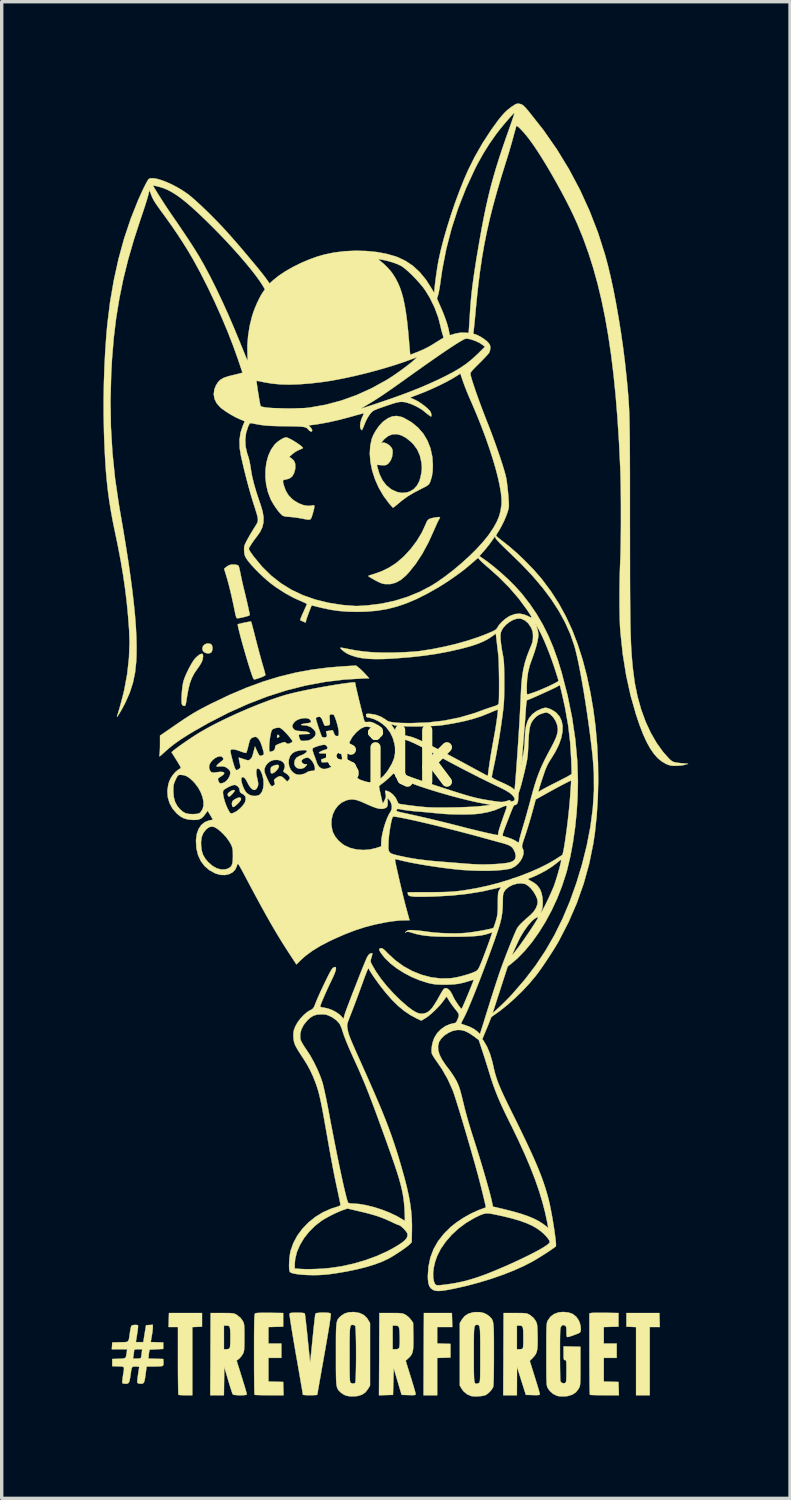
<source format=kicad_pcb>
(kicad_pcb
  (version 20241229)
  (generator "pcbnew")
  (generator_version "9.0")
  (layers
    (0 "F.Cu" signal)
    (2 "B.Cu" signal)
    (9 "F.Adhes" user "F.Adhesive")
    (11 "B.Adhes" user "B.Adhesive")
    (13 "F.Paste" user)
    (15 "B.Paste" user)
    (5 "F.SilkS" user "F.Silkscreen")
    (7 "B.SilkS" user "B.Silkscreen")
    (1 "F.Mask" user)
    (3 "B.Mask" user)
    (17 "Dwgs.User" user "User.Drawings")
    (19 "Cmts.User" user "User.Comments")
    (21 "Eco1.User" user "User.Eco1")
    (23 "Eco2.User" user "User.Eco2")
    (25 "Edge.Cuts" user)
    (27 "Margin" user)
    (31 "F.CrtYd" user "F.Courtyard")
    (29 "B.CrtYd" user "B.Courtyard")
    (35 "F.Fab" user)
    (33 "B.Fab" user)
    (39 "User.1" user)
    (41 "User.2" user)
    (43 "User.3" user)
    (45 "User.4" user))
  (footprint "silk"
    (layer "F.Cu")
    (at 8.419 19.304)
    (property "Reference" "silk" (at 0 0 0) (layer "F.SilkS") (effects (font (size 1.524 1.524) (thickness 0.3))))
    (attr through_hole)
    (fp_poly (pts (xy -3.242 -0.671) (xy -3.234 -0.643) (xy -3.261 -0.618) (xy -3.291 -0.604) (xy -3.301 -0.622) (xy -3.302 -0.645) (xy -3.293 -0.689) (xy -3.269 -0.695) (xy -3.242 -0.671)) (stroke (width 0.01) (type solid)) (fill yes) (layer "F.SilkS"))
    (fp_poly (pts (xy 7.981 16.764) (xy 7.684 16.764) (xy 7.684 18.775) (xy 7.281 18.775) (xy 7.281 16.766) (xy 6.996 16.753) (xy 6.996 16.351) (xy 7.969 16.351) (xy 7.981 16.764)) (stroke (width 0.01) (type solid)) (fill yes) (layer "F.SilkS"))
    (fp_poly (pts (xy 1.864 16.764) (xy 1.418 16.764) (xy 1.418 17.249) (xy 1.614 17.255) (xy 1.81 17.261) (xy 1.81 17.664) (xy 1.614 17.67) (xy 1.418 17.676) (xy 1.418 18.775) (xy 1.016 18.775) (xy 1.021 17.563) (xy 1.027 16.351) (xy 1.852 16.351) (xy 1.864 16.764)) (stroke (width 0.01) (type solid)) (fill yes) (layer "F.SilkS"))
    (fp_poly (pts (xy -4.552 0.945) (xy -4.551 0.953) (xy -4.564 0.98) (xy -4.599 1.025) (xy -4.63 1.06) (xy -4.679 1.109) (xy -4.711 1.128) (xy -4.733 1.122) (xy -4.736 1.119) (xy -4.761 1.073) (xy -4.744 1.026) (xy -4.688 0.979) (xy -4.623 0.944) (xy -4.575 0.932) (xy -4.552 0.945)) (stroke (width 0.01) (type solid)) (fill yes) (layer "F.SilkS"))
    (fp_poly (pts (xy -5.295 -3.382) (xy -5.248 -3.365) (xy -5.22 -3.329) (xy -5.207 -3.269) (xy -5.208 -3.202) (xy -5.226 -3.144) (xy -5.24 -3.124) (xy -5.294 -3.096) (xy -5.364 -3.094) (xy -5.429 -3.116) (xy -5.481 -3.156) (xy -5.501 -3.21) (xy -5.503 -3.24) (xy -5.485 -3.307) (xy -5.437 -3.357) (xy -5.37 -3.384) (xy -5.295 -3.382)) (stroke (width 0.01) (type solid)) (fill yes) (layer "F.SilkS"))
    (fp_poly (pts (xy -4.393 1.156) (xy -4.363 1.184) (xy -4.371 1.23) (xy -4.418 1.293) (xy -4.465 1.341) (xy -4.531 1.4) (xy -4.574 1.43) (xy -4.601 1.435) (xy -4.618 1.416) (xy -4.623 1.406) (xy -4.635 1.332) (xy -4.618 1.268) (xy -4.598 1.244) (xy -4.539 1.202) (xy -4.474 1.17) (xy -4.418 1.154) (xy -4.393 1.156)) (stroke (width 0.01) (type solid)) (fill yes) (layer "F.SilkS"))
    (fp_poly (pts (xy -3.249 0.211) (xy -3.248 0.25) (xy -3.273 0.302) (xy -3.316 0.357) (xy -3.368 0.406) (xy -3.422 0.438) (xy -3.453 0.445) (xy -3.478 0.437) (xy -3.49 0.408) (xy -3.493 0.352) (xy -3.489 0.291) (xy -3.473 0.257) (xy -3.434 0.231) (xy -3.421 0.225) (xy -3.344 0.197) (xy -3.284 0.192) (xy -3.249 0.211)) (stroke (width 0.01) (type solid)) (fill yes) (layer "F.SilkS"))
    (fp_poly (pts (xy -5.514 16.753) (xy -5.8 16.766) (xy -5.8 18.775) (xy -5.997 18.775) (xy -6.085 18.773) (xy -6.156 18.77) (xy -6.2 18.764) (xy -6.209 18.761) (xy -6.212 18.737) (xy -6.214 18.676) (xy -6.217 18.58) (xy -6.219 18.455) (xy -6.221 18.305) (xy -6.222 18.133) (xy -6.223 17.944) (xy -6.223 17.755) (xy -6.223 16.764) (xy -6.5 16.764) (xy -6.488 16.351) (xy -5.514 16.351) (xy -5.514 16.753)) (stroke (width 0.01) (type solid)) (fill yes) (layer "F.SilkS"))
    (fp_poly (pts (xy 6.273 16.344) (xy 6.382 16.345) (xy 6.763 16.351) (xy 6.763 16.753) (xy 6.329 16.765) (xy 6.329 17.251) (xy 6.71 17.251) (xy 6.71 17.674) (xy 6.329 17.674) (xy 6.329 18.371) (xy 6.546 18.377) (xy 6.763 18.383) (xy 6.769 18.579) (xy 6.775 18.775) (xy 6.354 18.775) (xy 6.225 18.774) (xy 6.11 18.772) (xy 6.017 18.769) (xy 5.952 18.766) (xy 5.921 18.761) (xy 5.92 18.761) (xy 5.917 18.738) (xy 5.915 18.676) (xy 5.912 18.579) (xy 5.91 18.452) (xy 5.909 18.298) (xy 5.907 18.121) (xy 5.906 17.924) (xy 5.906 17.712) (xy 5.905 17.555) (xy 5.905 16.363) (xy 5.953 16.351) (xy 5.989 16.347) (xy 6.06 16.345) (xy 6.157 16.344) (xy 6.273 16.344)) (stroke (width 0.01) (type solid)) (fill yes) (layer "F.SilkS"))
    (fp_poly (pts (xy -4.537 -5.71) (xy -4.493 -5.702) (xy -4.465 -5.695) (xy -4.445 -5.682) (xy -4.429 -5.655) (xy -4.415 -5.608) (xy -4.398 -5.531) (xy -4.382 -5.454) (xy -4.356 -5.327) (xy -4.324 -5.182) (xy -4.292 -5.042) (xy -4.275 -4.974) (xy -4.243 -4.844) (xy -4.212 -4.711) (xy -4.181 -4.58) (xy -4.154 -4.46) (xy -4.132 -4.357) (xy -4.115 -4.279) (xy -4.107 -4.232) (xy -4.106 -4.223) (xy -4.125 -4.21) (xy -4.175 -4.192) (xy -4.244 -4.173) (xy -4.322 -4.153) (xy -4.398 -4.138) (xy -4.461 -4.129) (xy -4.484 -4.128) (xy -4.499 -4.146) (xy -4.517 -4.196) (xy -4.53 -4.249) (xy -4.592 -4.549) (xy -4.651 -4.816) (xy -4.707 -5.049) (xy -4.758 -5.243) (xy -4.78 -5.318) (xy -4.862 -5.587) (xy -4.817 -5.627) (xy -4.734 -5.686) (xy -4.645 -5.713) (xy -4.537 -5.71)) (stroke (width 0.01) (type solid)) (fill yes) (layer "F.SilkS"))
    (fp_poly (pts (xy -5.503 -3.079) (xy -5.485 -3.046) (xy -5.484 -2.987) (xy -5.496 -2.915) (xy -5.522 -2.842) (xy -5.527 -2.83) (xy -5.564 -2.767) (xy -5.615 -2.688) (xy -5.668 -2.614) (xy -5.749 -2.494) (xy -5.815 -2.366) (xy -5.869 -2.223) (xy -5.912 -2.057) (xy -5.949 -1.859) (xy -5.958 -1.802) (xy -5.973 -1.709) (xy -5.986 -1.632) (xy -5.997 -1.58) (xy -6.002 -1.564) (xy -6.034 -1.543) (xy -6.074 -1.553) (xy -6.104 -1.586) (xy -6.109 -1.6) (xy -6.117 -1.667) (xy -6.118 -1.765) (xy -6.113 -1.881) (xy -6.103 -2.005) (xy -6.089 -2.125) (xy -6.071 -2.23) (xy -6.054 -2.297) (xy -6.013 -2.408) (xy -5.958 -2.533) (xy -5.895 -2.661) (xy -5.829 -2.781) (xy -5.767 -2.881) (xy -5.723 -2.939) (xy -5.66 -3.003) (xy -5.596 -3.052) (xy -5.541 -3.079) (xy -5.503 -3.08) (xy -5.503 -3.079)) (stroke (width 0.01) (type solid)) (fill yes) (layer "F.SilkS"))
    (fp_poly (pts (xy -3.522 16.345) (xy -3.122 16.351) (xy -3.122 16.753) (xy -3.339 16.759) (xy -3.556 16.765) (xy -3.556 17.251) (xy -3.175 17.251) (xy -3.175 17.674) (xy -3.556 17.674) (xy -3.556 18.371) (xy -3.339 18.377) (xy -3.122 18.383) (xy -3.116 18.579) (xy -3.11 18.775) (xy -3.531 18.775) (xy -3.66 18.774) (xy -3.775 18.772) (xy -3.868 18.769) (xy -3.933 18.766) (xy -3.964 18.761) (xy -3.965 18.761) (xy -3.968 18.738) (xy -3.97 18.676) (xy -3.973 18.58) (xy -3.975 18.452) (xy -3.976 18.298) (xy -3.978 18.121) (xy -3.979 17.925) (xy -3.979 17.714) (xy -3.979 17.567) (xy -3.979 17.308) (xy -3.979 17.087) (xy -3.978 16.903) (xy -3.976 16.751) (xy -3.974 16.63) (xy -3.972 16.536) (xy -3.968 16.466) (xy -3.964 16.416) (xy -3.959 16.385) (xy -3.953 16.368) (xy -3.95 16.364) (xy -3.92 16.354) (xy -3.856 16.348) (xy -3.754 16.345) (xy -3.614 16.344) (xy -3.522 16.345)) (stroke (width 0.01) (type solid)) (fill yes) (layer "F.SilkS"))
    (fp_poly (pts (xy 1.503 -7.106) (xy 1.493 -7.081) (xy 1.469 -7.036) (xy 1.462 -7.023) (xy 1.436 -6.974) (xy 1.4 -6.897) (xy 1.36 -6.806) (xy 1.333 -6.744) (xy 1.163 -6.368) (xy 0.981 -6.032) (xy 0.788 -5.736) (xy 0.583 -5.48) (xy 0.492 -5.383) (xy 0.348 -5.261) (xy 0.197 -5.178) (xy 0.041 -5.136) (xy -0.117 -5.136) (xy -0.165 -5.144) (xy -0.23 -5.162) (xy -0.307 -5.195) (xy -0.404 -5.245) (xy -0.528 -5.315) (xy -0.545 -5.325) (xy -0.589 -5.354) (xy -0.613 -5.374) (xy -0.614 -5.376) (xy -0.595 -5.386) (xy -0.544 -5.404) (xy -0.472 -5.426) (xy -0.441 -5.435) (xy -0.222 -5.513) (xy -0.002 -5.621) (xy 0.201 -5.751) (xy 0.228 -5.772) (xy 0.439 -5.955) (xy 0.637 -6.17) (xy 0.815 -6.406) (xy 0.966 -6.655) (xy 1.082 -6.907) (xy 1.091 -6.93) (xy 1.124 -7.001) (xy 1.165 -7.043) (xy 1.198 -7.061) (xy 1.249 -7.077) (xy 1.315 -7.092) (xy 1.385 -7.104) (xy 1.448 -7.111) (xy 1.491 -7.111) (xy 1.503 -7.106)) (stroke (width 0.01) (type solid)) (fill yes) (layer "F.SilkS"))
    (fp_poly (pts (xy -4.068 -4.032) (xy -4.06 -4.01) (xy -4.044 -3.953) (xy -4.021 -3.865) (xy -3.991 -3.754) (xy -3.958 -3.623) (xy -3.926 -3.499) (xy -3.885 -3.339) (xy -3.842 -3.176) (xy -3.8 -3.021) (xy -3.762 -2.882) (xy -3.73 -2.77) (xy -3.716 -2.723) (xy -3.687 -2.625) (xy -3.664 -2.541) (xy -3.65 -2.48) (xy -3.646 -2.45) (xy -3.646 -2.45) (xy -3.668 -2.433) (xy -3.72 -2.408) (xy -3.793 -2.379) (xy -3.817 -2.371) (xy -3.899 -2.343) (xy -3.949 -2.329) (xy -3.978 -2.328) (xy -3.994 -2.339) (xy -3.999 -2.347) (xy -4.02 -2.398) (xy -4.05 -2.479) (xy -4.086 -2.587) (xy -4.127 -2.715) (xy -4.171 -2.858) (xy -4.216 -3.012) (xy -4.262 -3.169) (xy -4.307 -3.326) (xy -4.349 -3.476) (xy -4.386 -3.615) (xy -4.417 -3.737) (xy -4.441 -3.836) (xy -4.456 -3.908) (xy -4.46 -3.947) (xy -4.459 -3.951) (xy -4.435 -3.96) (xy -4.382 -3.973) (xy -4.31 -3.99) (xy -4.232 -4.006) (xy -4.159 -4.02) (xy -4.101 -4.03) (xy -4.07 -4.033) (xy -4.068 -4.032)) (stroke (width 0.01) (type solid)) (fill yes) (layer "F.SilkS"))
    (fp_poly (pts (xy -0.891 -2.669) (xy -0.834 -2.619) (xy -0.764 -2.552) (xy -0.697 -2.482) (xy -0.697 -2.481) (xy -0.586 -2.36) (xy -0.753 -2.355) (xy -1.329 -2.321) (xy -1.899 -2.251) (xy -2.465 -2.145) (xy -3.03 -2.002) (xy -3.595 -1.821) (xy -4.164 -1.601) (xy -4.738 -1.343) (xy -5.319 -1.045) (xy -5.735 -0.809) (xy -5.95 -0.68) (xy -6.134 -0.562) (xy -6.293 -0.451) (xy -6.436 -0.341) (xy -6.568 -0.228) (xy -6.602 -0.197) (xy -6.679 -0.127) (xy -6.729 -0.083) (xy -6.758 -0.062) (xy -6.77 -0.062) (xy -6.771 -0.079) (xy -6.766 -0.103) (xy -6.761 -0.153) (xy -6.756 -0.233) (xy -6.753 -0.333) (xy -6.752 -0.422) (xy -6.752 -0.67) (xy -6.334 -0.957) (xy -6.161 -1.076) (xy -6.013 -1.175) (xy -5.884 -1.258) (xy -5.764 -1.332) (xy -5.645 -1.401) (xy -5.52 -1.469) (xy -5.38 -1.543) (xy -5.216 -1.625) (xy -5.204 -1.631) (xy -4.693 -1.875) (xy -4.199 -2.084) (xy -3.717 -2.261) (xy -3.24 -2.407) (xy -2.764 -2.524) (xy -2.281 -2.614) (xy -1.787 -2.677) (xy -1.368 -2.711) (xy -0.974 -2.735) (xy -0.891 -2.669)) (stroke (width 0.01) (type solid)) (fill yes) (layer "F.SilkS"))
    (fp_poly (pts (xy 0.181 16.352) (xy 0.275 16.353) (xy 0.342 16.357) (xy 0.391 16.365) (xy 0.429 16.376) (xy 0.465 16.393) (xy 0.486 16.404) (xy 0.557 16.455) (xy 0.624 16.522) (xy 0.645 16.549) (xy 0.709 16.64) (xy 0.716 17.034) (xy 0.717 17.199) (xy 0.715 17.328) (xy 0.707 17.428) (xy 0.692 17.505) (xy 0.668 17.566) (xy 0.635 17.617) (xy 0.591 17.664) (xy 0.571 17.682) (xy 0.489 17.757) (xy 0.636 18.228) (xy 0.678 18.364) (xy 0.715 18.488) (xy 0.746 18.593) (xy 0.769 18.675) (xy 0.781 18.725) (xy 0.783 18.738) (xy 0.78 18.756) (xy 0.763 18.766) (xy 0.727 18.772) (xy 0.663 18.772) (xy 0.577 18.77) (xy 0.37 18.764) (xy 0.254 18.373) (xy 0.138 17.981) (xy 0.127 18.373) (xy 0.116 18.764) (xy -0.297 18.776) (xy -0.291 17.564) (xy -0.291 17.42) (xy 0.106 17.42) (xy 0.19 17.42) (xy 0.253 17.413) (xy 0.289 17.389) (xy 0.297 17.376) (xy 0.308 17.332) (xy 0.314 17.25) (xy 0.315 17.133) (xy 0.314 17.047) (xy 0.31 16.924) (xy 0.304 16.836) (xy 0.293 16.779) (xy 0.274 16.745) (xy 0.245 16.728) (xy 0.203 16.723) (xy 0.175 16.722) (xy 0.106 16.722) (xy 0.106 17.42) (xy -0.291 17.42) (xy -0.286 16.351) (xy 0.053 16.351) (xy 0.181 16.352)) (stroke (width 0.01) (type solid)) (fill yes) (layer "F.SilkS"))
    (fp_poly (pts (xy 3.842 16.352) (xy 3.935 16.353) (xy 4.001 16.357) (xy 4.05 16.364) (xy 4.087 16.375) (xy 4.123 16.392) (xy 4.153 16.41) (xy 4.258 16.495) (xy 4.312 16.569) (xy 4.334 16.607) (xy 4.349 16.643) (xy 4.36 16.683) (xy 4.368 16.736) (xy 4.372 16.809) (xy 4.376 16.91) (xy 4.378 17.027) (xy 4.38 17.19) (xy 4.377 17.318) (xy 4.369 17.417) (xy 4.352 17.494) (xy 4.327 17.557) (xy 4.292 17.611) (xy 4.244 17.664) (xy 4.239 17.67) (xy 4.147 17.762) (xy 4.296 18.239) (xy 4.338 18.375) (xy 4.376 18.498) (xy 4.407 18.603) (xy 4.43 18.683) (xy 4.443 18.733) (xy 4.445 18.746) (xy 4.438 18.76) (xy 4.411 18.768) (xy 4.358 18.772) (xy 4.272 18.771) (xy 4.239 18.77) (xy 4.032 18.764) (xy 3.975 18.584) (xy 3.944 18.485) (xy 3.905 18.363) (xy 3.866 18.239) (xy 3.845 18.172) (xy 3.772 17.939) (xy 3.77 18.357) (xy 3.768 18.775) (xy 3.365 18.775) (xy 3.371 17.563) (xy 3.374 16.722) (xy 3.768 16.722) (xy 3.768 17.42) (xy 3.829 17.42) (xy 3.887 17.416) (xy 3.925 17.407) (xy 3.938 17.397) (xy 3.947 17.372) (xy 3.953 17.328) (xy 3.957 17.257) (xy 3.958 17.153) (xy 3.958 17.083) (xy 3.957 16.952) (xy 3.954 16.857) (xy 3.945 16.792) (xy 3.93 16.752) (xy 3.906 16.731) (xy 3.872 16.723) (xy 3.838 16.722) (xy 3.768 16.722) (xy 3.374 16.722) (xy 3.376 16.351) (xy 3.715 16.351) (xy 3.842 16.352)) (stroke (width 0.01) (type solid)) (fill yes) (layer "F.SilkS"))
    (fp_poly (pts (xy -4.794 16.352) (xy -4.701 16.353) (xy -4.635 16.357) (xy -4.586 16.364) (xy -4.549 16.375) (xy -4.513 16.392) (xy -4.483 16.41) (xy -4.378 16.495) (xy -4.324 16.569) (xy -4.303 16.604) (xy -4.288 16.637) (xy -4.278 16.672) (xy -4.271 16.719) (xy -4.267 16.783) (xy -4.266 16.871) (xy -4.265 16.991) (xy -4.265 17.071) (xy -4.265 17.213) (xy -4.267 17.319) (xy -4.27 17.397) (xy -4.275 17.453) (xy -4.284 17.495) (xy -4.296 17.529) (xy -4.312 17.561) (xy -4.357 17.629) (xy -4.411 17.689) (xy -4.426 17.702) (xy -4.494 17.754) (xy -4.342 18.24) (xy -4.3 18.377) (xy -4.262 18.501) (xy -4.231 18.606) (xy -4.207 18.687) (xy -4.194 18.737) (xy -4.191 18.75) (xy -4.21 18.762) (xy -4.261 18.771) (xy -4.331 18.775) (xy -4.412 18.776) (xy -4.49 18.772) (xy -4.556 18.765) (xy -4.599 18.755) (xy -4.608 18.748) (xy -4.62 18.721) (xy -4.641 18.659) (xy -4.67 18.57) (xy -4.704 18.461) (xy -4.741 18.338) (xy -4.743 18.33) (xy -4.858 17.939) (xy -4.863 18.357) (xy -4.869 18.775) (xy -5.271 18.775) (xy -5.265 17.563) (xy -5.262 16.722) (xy -4.868 16.722) (xy -4.868 17.42) (xy -4.798 17.42) (xy -4.742 17.413) (xy -4.704 17.395) (xy -4.703 17.395) (xy -4.691 17.363) (xy -4.683 17.294) (xy -4.679 17.186) (xy -4.678 17.071) (xy -4.679 16.942) (xy -4.683 16.849) (xy -4.692 16.787) (xy -4.708 16.749) (xy -4.733 16.729) (xy -4.77 16.722) (xy -4.798 16.722) (xy -4.868 16.722) (xy -5.262 16.722) (xy -5.26 16.351) (xy -4.921 16.351) (xy -4.794 16.352)) (stroke (width 0.01) (type solid)) (fill yes) (layer "F.SilkS"))
    (fp_poly (pts (xy -2.994 -9.45) (xy -2.928 -9.421) (xy -2.848 -9.378) (xy -2.764 -9.327) (xy -2.682 -9.274) (xy -2.612 -9.223) (xy -2.562 -9.18) (xy -2.54 -9.15) (xy -2.54 -9.147) (xy -2.558 -9.133) (xy -2.605 -9.111) (xy -2.642 -9.096) (xy -2.717 -9.061) (xy -2.798 -9.009) (xy -2.845 -8.972) (xy -2.944 -8.885) (xy -2.878 -8.844) (xy -2.806 -8.777) (xy -2.767 -8.685) (xy -2.763 -8.569) (xy -2.769 -8.522) (xy -2.804 -8.398) (xy -2.857 -8.309) (xy -2.932 -8.251) (xy -3.033 -8.221) (xy -3.047 -8.219) (xy -3.096 -8.21) (xy -3.122 -8.195) (xy -3.128 -8.164) (xy -3.118 -8.107) (xy -3.104 -8.054) (xy -3.046 -7.89) (xy -2.965 -7.756) (xy -2.854 -7.641) (xy -2.795 -7.596) (xy -2.664 -7.518) (xy -2.53 -7.466) (xy -2.4 -7.442) (xy -2.284 -7.449) (xy -2.238 -7.462) (xy -2.211 -7.461) (xy -2.202 -7.428) (xy -2.21 -7.362) (xy -2.236 -7.261) (xy -2.255 -7.198) (xy -2.278 -7.123) (xy -2.298 -7.073) (xy -2.323 -7.045) (xy -2.359 -7.034) (xy -2.417 -7.039) (xy -2.503 -7.055) (xy -2.575 -7.07) (xy -2.688 -7.089) (xy -2.813 -7.106) (xy -2.924 -7.117) (xy -2.941 -7.118) (xy -3.031 -7.125) (xy -3.09 -7.135) (xy -3.132 -7.152) (xy -3.168 -7.179) (xy -3.179 -7.189) (xy -3.253 -7.27) (xy -3.333 -7.377) (xy -3.411 -7.496) (xy -3.477 -7.612) (xy -3.492 -7.643) (xy -3.571 -7.85) (xy -3.622 -8.067) (xy -3.646 -8.29) (xy -3.643 -8.51) (xy -3.614 -8.723) (xy -3.56 -8.921) (xy -3.48 -9.097) (xy -3.376 -9.246) (xy -3.363 -9.26) (xy -3.295 -9.324) (xy -3.215 -9.382) (xy -3.135 -9.429) (xy -3.067 -9.457) (xy -3.038 -9.461) (xy -2.994 -9.45)) (stroke (width 0.01) (type solid)) (fill yes) (layer "F.SilkS"))
    (fp_poly (pts (xy -1.845 16.341) (xy -1.775 16.348) (xy -1.729 16.36) (xy -1.72 16.367) (xy -1.718 16.391) (xy -1.723 16.451) (xy -1.736 16.548) (xy -1.756 16.681) (xy -1.783 16.853) (xy -1.819 17.063) (xy -1.862 17.314) (xy -1.907 17.568) (xy -1.945 17.786) (xy -1.982 17.991) (xy -2.015 18.18) (xy -2.045 18.348) (xy -2.07 18.493) (xy -2.091 18.61) (xy -2.105 18.696) (xy -2.114 18.747) (xy -2.116 18.759) (xy -2.136 18.766) (xy -2.189 18.771) (xy -2.267 18.774) (xy -2.328 18.775) (xy -2.417 18.773) (xy -2.488 18.769) (xy -2.531 18.764) (xy -2.54 18.759) (xy -2.543 18.736) (xy -2.553 18.675) (xy -2.569 18.579) (xy -2.591 18.454) (xy -2.617 18.302) (xy -2.647 18.127) (xy -2.681 17.933) (xy -2.717 17.725) (xy -2.744 17.575) (xy -2.781 17.358) (xy -2.816 17.152) (xy -2.848 16.962) (xy -2.876 16.792) (xy -2.899 16.646) (xy -2.917 16.527) (xy -2.929 16.44) (xy -2.935 16.387) (xy -2.935 16.374) (xy -2.922 16.358) (xy -2.891 16.348) (xy -2.835 16.343) (xy -2.747 16.341) (xy -2.711 16.341) (xy -2.606 16.343) (xy -2.531 16.35) (xy -2.49 16.36) (xy -2.486 16.364) (xy -2.48 16.39) (xy -2.471 16.453) (xy -2.46 16.548) (xy -2.446 16.67) (xy -2.43 16.813) (xy -2.413 16.973) (xy -2.402 17.089) (xy -2.385 17.257) (xy -2.369 17.411) (xy -2.355 17.546) (xy -2.344 17.657) (xy -2.335 17.74) (xy -2.329 17.789) (xy -2.328 17.801) (xy -2.325 17.783) (xy -2.318 17.728) (xy -2.309 17.641) (xy -2.296 17.525) (xy -2.282 17.387) (xy -2.266 17.23) (xy -2.254 17.107) (xy -2.237 16.938) (xy -2.221 16.782) (xy -2.206 16.643) (xy -2.193 16.528) (xy -2.182 16.44) (xy -2.175 16.387) (xy -2.172 16.372) (xy -2.147 16.357) (xy -2.09 16.347) (xy -2.013 16.34) (xy -1.928 16.339) (xy -1.845 16.341)) (stroke (width 0.01) (type solid)) (fill yes) (layer "F.SilkS"))
    (fp_poly (pts (xy -1.012 16.325) (xy -0.865 16.352) (xy -0.745 16.41) (xy -0.651 16.5) (xy -0.62 16.548) (xy -0.561 16.648) (xy -0.561 18.489) (xy -0.62 18.589) (xy -0.697 18.689) (xy -0.796 18.757) (xy -0.921 18.797) (xy -1.021 18.808) (xy -1.155 18.807) (xy -1.262 18.789) (xy -1.268 18.787) (xy -1.344 18.751) (xy -1.417 18.701) (xy -1.431 18.688) (xy -1.462 18.657) (xy -1.488 18.629) (xy -1.51 18.599) (xy -1.527 18.564) (xy -1.54 18.518) (xy -1.55 18.459) (xy -1.557 18.383) (xy -1.562 18.284) (xy -1.564 18.16) (xy -1.566 18.005) (xy -1.566 17.817) (xy -1.566 17.591) (xy -1.566 17.57) (xy -1.164 17.57) (xy -1.164 17.572) (xy -1.164 17.78) (xy -1.164 17.951) (xy -1.163 18.087) (xy -1.161 18.192) (xy -1.158 18.272) (xy -1.155 18.329) (xy -1.15 18.368) (xy -1.144 18.392) (xy -1.136 18.406) (xy -1.127 18.413) (xy -1.062 18.434) (xy -1.008 18.418) (xy -0.999 18.411) (xy -0.992 18.383) (xy -0.986 18.319) (xy -0.982 18.224) (xy -0.978 18.103) (xy -0.975 17.963) (xy -0.973 17.809) (xy -0.972 17.646) (xy -0.972 17.481) (xy -0.973 17.319) (xy -0.975 17.165) (xy -0.978 17.026) (xy -0.982 16.907) (xy -0.987 16.813) (xy -0.993 16.751) (xy -0.999 16.726) (xy -1.04 16.705) (xy -1.069 16.701) (xy -1.092 16.701) (xy -1.112 16.706) (xy -1.127 16.719) (xy -1.139 16.744) (xy -1.148 16.785) (xy -1.155 16.845) (xy -1.159 16.928) (xy -1.162 17.039) (xy -1.164 17.18) (xy -1.164 17.356) (xy -1.164 17.57) (xy -1.566 17.57) (xy -1.566 17.568) (xy -1.566 17.338) (xy -1.566 17.145) (xy -1.565 16.987) (xy -1.562 16.859) (xy -1.557 16.758) (xy -1.55 16.679) (xy -1.54 16.617) (xy -1.526 16.57) (xy -1.508 16.534) (xy -1.485 16.503) (xy -1.458 16.474) (xy -1.424 16.444) (xy -1.417 16.438) (xy -1.318 16.37) (xy -1.2 16.332) (xy -1.058 16.322) (xy -1.012 16.325)) (stroke (width 0.01) (type solid)) (fill yes) (layer "F.SilkS"))
    (fp_poly (pts (xy 2.684 16.326) (xy 2.806 16.355) (xy 2.911 16.413) (xy 2.947 16.442) (xy 2.98 16.473) (xy 3.008 16.501) (xy 3.03 16.53) (xy 3.048 16.566) (xy 3.062 16.611) (xy 3.073 16.67) (xy 3.08 16.747) (xy 3.085 16.846) (xy 3.088 16.971) (xy 3.09 17.125) (xy 3.09 17.314) (xy 3.09 17.54) (xy 3.09 17.566) (xy 3.09 17.819) (xy 3.088 18.036) (xy 3.085 18.215) (xy 3.082 18.357) (xy 3.077 18.458) (xy 3.071 18.52) (xy 3.068 18.535) (xy 3.028 18.604) (xy 2.965 18.677) (xy 2.893 18.74) (xy 2.85 18.768) (xy 2.791 18.787) (xy 2.704 18.801) (xy 2.606 18.809) (xy 2.511 18.809) (xy 2.434 18.801) (xy 2.421 18.798) (xy 2.298 18.746) (xy 2.196 18.66) (xy 2.143 18.588) (xy 2.085 18.489) (xy 2.085 17.568) (xy 2.498 17.568) (xy 2.498 17.783) (xy 2.498 17.959) (xy 2.5 18.1) (xy 2.503 18.21) (xy 2.507 18.293) (xy 2.513 18.353) (xy 2.522 18.393) (xy 2.533 18.418) (xy 2.547 18.431) (xy 2.564 18.436) (xy 2.577 18.436) (xy 2.619 18.427) (xy 2.647 18.414) (xy 2.658 18.407) (xy 2.666 18.395) (xy 2.673 18.375) (xy 2.678 18.342) (xy 2.682 18.292) (xy 2.685 18.222) (xy 2.686 18.127) (xy 2.687 18.003) (xy 2.688 17.846) (xy 2.688 17.652) (xy 2.688 17.572) (xy 2.688 17.357) (xy 2.688 17.181) (xy 2.686 17.039) (xy 2.683 16.929) (xy 2.679 16.845) (xy 2.672 16.785) (xy 2.663 16.745) (xy 2.651 16.72) (xy 2.636 16.706) (xy 2.617 16.701) (xy 2.593 16.701) (xy 2.593 16.701) (xy 2.569 16.701) (xy 2.55 16.706) (xy 2.535 16.72) (xy 2.523 16.745) (xy 2.513 16.785) (xy 2.507 16.845) (xy 2.502 16.929) (xy 2.5 17.04) (xy 2.498 17.181) (xy 2.498 17.358) (xy 2.498 17.568) (xy 2.085 17.568) (xy 2.085 16.648) (xy 2.144 16.548) (xy 2.227 16.443) (xy 2.336 16.372) (xy 2.471 16.332) (xy 2.536 16.325) (xy 2.684 16.326)) (stroke (width 0.01) (type solid)) (fill yes) (layer "F.SilkS"))
    (fp_poly (pts (xy 0.353 -10.068) (xy 0.443 -10.032) (xy 0.663 -9.906) (xy 0.851 -9.752) (xy 1.008 -9.572) (xy 1.131 -9.367) (xy 1.22 -9.14) (xy 1.274 -8.892) (xy 1.291 -8.636) (xy 1.284 -8.461) (xy 1.262 -8.313) (xy 1.222 -8.178) (xy 1.202 -8.127) (xy 1.183 -8.092) (xy 1.156 -8.062) (xy 1.112 -8.03) (xy 1.045 -7.993) (xy 0.946 -7.943) (xy 0.944 -7.942) (xy 0.732 -7.832) (xy 0.549 -7.722) (xy 0.383 -7.602) (xy 0.281 -7.517) (xy 0.214 -7.461) (xy 0.16 -7.417) (xy 0.126 -7.391) (xy 0.118 -7.387) (xy 0.101 -7.402) (xy 0.063 -7.442) (xy 0.013 -7.5) (xy -0.003 -7.519) (xy -0.167 -7.741) (xy -0.305 -7.978) (xy -0.415 -8.226) (xy -0.497 -8.479) (xy -0.532 -8.652) (xy -0.359 -8.652) (xy -0.347 -8.597) (xy -0.284 -8.381) (xy -0.196 -8.2) (xy -0.084 -8.052) (xy 0.053 -7.939) (xy 0.082 -7.921) (xy 0.232 -7.852) (xy 0.377 -7.824) (xy 0.52 -7.837) (xy 0.614 -7.867) (xy 0.728 -7.936) (xy 0.822 -8.039) (xy 0.893 -8.171) (xy 0.927 -8.287) (xy 0.95 -8.402) (xy 0.963 -8.492) (xy 0.966 -8.573) (xy 0.961 -8.658) (xy 0.953 -8.726) (xy 0.908 -8.928) (xy 0.829 -9.105) (xy 0.714 -9.262) (xy 0.651 -9.325) (xy 0.504 -9.444) (xy 0.362 -9.521) (xy 0.227 -9.556) (xy 0.098 -9.55) (xy -0.023 -9.503) (xy -0.137 -9.414) (xy -0.21 -9.329) (xy -0.228 -9.302) (xy -0.216 -9.3) (xy -0.205 -9.304) (xy -0.148 -9.307) (xy -0.077 -9.283) (xy -0.005 -9.238) (xy 0.041 -9.195) (xy 0.082 -9.141) (xy 0.101 -9.088) (xy 0.105 -9.015) (xy 0.105 -9.011) (xy 0.089 -8.889) (xy 0.046 -8.778) (xy -0.019 -8.693) (xy -0.034 -8.68) (xy -0.075 -8.653) (xy -0.118 -8.64) (xy -0.178 -8.639) (xy -0.227 -8.642) (xy -0.359 -8.652) (xy -0.532 -8.652) (xy -0.549 -8.731) (xy -0.568 -8.977) (xy -0.555 -9.212) (xy -0.509 -9.421) (xy -0.459 -9.542) (xy -0.384 -9.673) (xy -0.295 -9.798) (xy -0.2 -9.902) (xy -0.164 -9.935) (xy -0.031 -10.027) (xy 0.096 -10.08) (xy 0.222 -10.093) (xy 0.353 -10.068)) (stroke (width 0.01) (type solid)) (fill yes) (layer "F.SilkS"))
    (fp_poly (pts (xy 5.288 16.335) (xy 5.414 16.38) (xy 5.515 16.458) (xy 5.592 16.569) (xy 5.593 16.572) (xy 5.626 16.656) (xy 5.647 16.746) (xy 5.653 16.829) (xy 5.645 16.895) (xy 5.625 16.928) (xy 5.591 16.947) (xy 5.529 16.972) (xy 5.453 17.001) (xy 5.375 17.029) (xy 5.308 17.05) (xy 5.264 17.06) (xy 5.259 17.06) (xy 5.242 17.051) (xy 5.233 17.018) (xy 5.229 16.954) (xy 5.228 16.901) (xy 5.227 16.819) (xy 5.222 16.77) (xy 5.21 16.741) (xy 5.188 16.724) (xy 5.173 16.717) (xy 5.129 16.703) (xy 5.098 16.717) (xy 5.078 16.741) (xy 5.067 16.756) (xy 5.059 16.775) (xy 5.052 16.804) (xy 5.047 16.846) (xy 5.043 16.905) (xy 5.041 16.986) (xy 5.039 17.094) (xy 5.038 17.231) (xy 5.038 17.404) (xy 5.038 17.558) (xy 5.038 17.736) (xy 5.039 17.901) (xy 5.041 18.048) (xy 5.043 18.172) (xy 5.045 18.27) (xy 5.048 18.334) (xy 5.051 18.361) (xy 5.087 18.407) (xy 5.142 18.425) (xy 5.186 18.415) (xy 5.202 18.404) (xy 5.213 18.385) (xy 5.221 18.354) (xy 5.225 18.302) (xy 5.227 18.223) (xy 5.228 18.11) (xy 5.228 18.065) (xy 5.228 17.941) (xy 5.227 17.853) (xy 5.223 17.795) (xy 5.218 17.76) (xy 5.208 17.744) (xy 5.195 17.738) (xy 5.186 17.738) (xy 5.166 17.735) (xy 5.154 17.72) (xy 5.147 17.687) (xy 5.144 17.627) (xy 5.144 17.536) (xy 5.144 17.334) (xy 5.392 17.34) (xy 5.641 17.346) (xy 5.641 17.918) (xy 5.641 18.088) (xy 5.64 18.221) (xy 5.639 18.323) (xy 5.636 18.4) (xy 5.632 18.455) (xy 5.625 18.496) (xy 5.616 18.528) (xy 5.603 18.555) (xy 5.588 18.583) (xy 5.509 18.686) (xy 5.404 18.757) (xy 5.271 18.798) (xy 5.183 18.808) (xy 5.081 18.809) (xy 4.992 18.801) (xy 4.947 18.79) (xy 4.836 18.735) (xy 4.74 18.652) (xy 4.678 18.563) (xy 4.668 18.541) (xy 4.659 18.517) (xy 4.652 18.487) (xy 4.647 18.445) (xy 4.643 18.39) (xy 4.64 18.315) (xy 4.638 18.218) (xy 4.637 18.094) (xy 4.636 17.939) (xy 4.636 17.749) (xy 4.636 17.568) (xy 4.636 17.347) (xy 4.636 17.164) (xy 4.637 17.015) (xy 4.638 16.897) (xy 4.641 16.804) (xy 4.644 16.734) (xy 4.648 16.681) (xy 4.654 16.642) (xy 4.661 16.614) (xy 4.67 16.591) (xy 4.677 16.576) (xy 4.756 16.462) (xy 4.863 16.381) (xy 4.994 16.333) (xy 5.133 16.32) (xy 5.288 16.335)) (stroke (width 0.01) (type solid)) (fill yes) (layer "F.SilkS"))
    (fp_poly (pts (xy -6.964 16.77) (xy -6.967 16.831) (xy -6.977 16.912) (xy -6.985 16.966) (xy -6.999 17.045) (xy -7.011 17.116) (xy -7.016 17.149) (xy -7.026 17.207) (xy -6.841 17.213) (xy -6.657 17.219) (xy -6.657 17.41) (xy -6.858 17.42) (xy -7.059 17.431) (xy -7.072 17.494) (xy -7.083 17.565) (xy -7.088 17.626) (xy -7.091 17.694) (xy -6.874 17.7) (xy -6.657 17.706) (xy -6.65 17.799) (xy -6.652 17.871) (xy -6.67 17.909) (xy -6.671 17.91) (xy -6.703 17.917) (xy -6.767 17.923) (xy -6.853 17.927) (xy -6.923 17.928) (xy -7.147 17.928) (xy -7.175 18.135) (xy -7.191 18.253) (xy -7.206 18.335) (xy -7.222 18.388) (xy -7.243 18.418) (xy -7.271 18.432) (xy -7.31 18.436) (xy -7.324 18.436) (xy -7.39 18.428) (xy -7.421 18.407) (xy -7.421 18.406) (xy -7.423 18.373) (xy -7.418 18.309) (xy -7.408 18.225) (xy -7.399 18.165) (xy -7.385 18.075) (xy -7.374 18.002) (xy -7.367 17.954) (xy -7.366 17.942) (xy -7.385 17.934) (xy -7.434 17.929) (xy -7.47 17.928) (xy -7.52 17.929) (xy -7.553 17.934) (xy -7.575 17.953) (xy -7.591 17.991) (xy -7.603 18.056) (xy -7.618 18.154) (xy -7.62 18.172) (xy -7.637 18.281) (xy -7.653 18.356) (xy -7.672 18.402) (xy -7.698 18.426) (xy -7.734 18.435) (xy -7.766 18.436) (xy -7.823 18.431) (xy -7.859 18.42) (xy -7.863 18.416) (xy -7.865 18.387) (xy -7.861 18.327) (xy -7.851 18.246) (xy -7.843 18.194) (xy -7.825 18.084) (xy -7.815 18.01) (xy -7.817 17.964) (xy -7.835 17.939) (xy -7.872 17.929) (xy -7.931 17.925) (xy -7.985 17.924) (xy -8.16 17.918) (xy -8.16 17.706) (xy -7.965 17.7) (xy -7.871 17.697) (xy -7.859 17.695) (xy -7.55 17.695) (xy -7.438 17.695) (xy -7.374 17.693) (xy -7.329 17.685) (xy -7.317 17.679) (xy -7.31 17.651) (xy -7.3 17.595) (xy -7.293 17.542) (xy -7.278 17.42) (xy -7.396 17.42) (xy -7.465 17.422) (xy -7.501 17.431) (xy -7.515 17.449) (xy -7.515 17.457) (xy -7.52 17.5) (xy -7.528 17.564) (xy -7.533 17.595) (xy -7.55 17.695) (xy -7.859 17.695) (xy -7.81 17.69) (xy -7.775 17.672) (xy -7.755 17.637) (xy -7.743 17.579) (xy -7.735 17.521) (xy -7.721 17.42) (xy -8.173 17.42) (xy -8.166 17.32) (xy -8.16 17.219) (xy -7.924 17.213) (xy -7.824 17.211) (xy -7.755 17.207) (xy -7.711 17.195) (xy -7.683 17.167) (xy -7.667 17.117) (xy -7.654 17.039) (xy -7.64 16.933) (xy -7.626 16.848) (xy -7.611 16.778) (xy -7.597 16.734) (xy -7.594 16.727) (xy -7.561 16.711) (xy -7.508 16.702) (xy -7.451 16.702) (xy -7.41 16.71) (xy -7.4 16.718) (xy -7.399 16.745) (xy -7.404 16.804) (xy -7.414 16.887) (xy -7.427 16.972) (xy -7.465 17.209) (xy -7.245 17.209) (xy -7.205 16.96) (xy -7.164 16.711) (xy -7.064 16.705) (xy -6.964 16.698) (xy -6.964 16.77)) (stroke (width 0.01) (type solid)) (fill yes) (layer "F.SilkS"))
    (fp_poly (pts (xy 3.855 -19.292) (xy 3.857 -19.291) (xy 3.898 -19.28) (xy 3.935 -19.26) (xy 3.975 -19.227) (xy 4.026 -19.175) (xy 4.094 -19.097) (xy 4.124 -19.061) (xy 4.552 -18.518) (xy 4.946 -17.952) (xy 5.305 -17.364) (xy 5.628 -16.756) (xy 5.913 -16.131) (xy 6.161 -15.491) (xy 6.368 -14.838) (xy 6.446 -14.549) (xy 6.53 -14.201) (xy 6.612 -13.819) (xy 6.691 -13.411) (xy 6.766 -12.984) (xy 6.836 -12.547) (xy 6.899 -12.107) (xy 6.953 -11.673) (xy 6.995 -11.285) (xy 7.009 -11.145) (xy 7.022 -11.015) (xy 7.033 -10.893) (xy 7.043 -10.778) (xy 7.052 -10.665) (xy 7.06 -10.554) (xy 7.067 -10.44) (xy 7.074 -10.321) (xy 7.079 -10.196) (xy 7.083 -10.061) (xy 7.087 -9.913) (xy 7.09 -9.75) (xy 7.093 -9.57) (xy 7.095 -9.369) (xy 7.097 -9.146) (xy 7.098 -8.897) (xy 7.099 -8.62) (xy 7.1 -8.313) (xy 7.1 -7.973) (xy 7.1 -7.596) (xy 7.1 -7.182) (xy 7.1 -6.953) (xy 7.101 -6.497) (xy 7.101 -6.081) (xy 7.102 -5.702) (xy 7.102 -5.359) (xy 7.103 -5.047) (xy 7.105 -4.766) (xy 7.107 -4.513) (xy 7.109 -4.284) (xy 7.112 -4.079) (xy 7.115 -3.893) (xy 7.119 -3.726) (xy 7.124 -3.573) (xy 7.129 -3.434) (xy 7.135 -3.305) (xy 7.142 -3.184) (xy 7.15 -3.069) (xy 7.158 -2.957) (xy 7.168 -2.845) (xy 7.178 -2.732) (xy 7.188 -2.635) (xy 7.243 -2.218) (xy 7.325 -1.819) (xy 7.431 -1.439) (xy 7.561 -1.083) (xy 7.714 -0.753) (xy 7.887 -0.453) (xy 8.079 -0.186) (xy 8.24 -0.005) (xy 8.292 0.046) (xy 8.338 0.082) (xy 8.388 0.107) (xy 8.451 0.123) (xy 8.537 0.135) (xy 8.654 0.147) (xy 8.816 0.161) (xy 8.721 0.191) (xy 8.652 0.205) (xy 8.559 0.216) (xy 8.463 0.221) (xy 8.456 0.221) (xy 8.357 0.219) (xy 8.282 0.208) (xy 8.213 0.186) (xy 8.166 0.166) (xy 8.038 0.091) (xy 7.917 -0.009) (xy 7.804 -0.138) (xy 7.695 -0.297) (xy 7.589 -0.489) (xy 7.486 -0.717) (xy 7.384 -0.982) (xy 7.283 -1.281) (xy 7.121 -1.848) (xy 6.99 -2.442) (xy 6.89 -3.065) (xy 6.82 -3.716) (xy 6.815 -3.789) (xy 6.806 -3.928) (xy 6.8 -4.102) (xy 6.796 -4.304) (xy 6.793 -4.526) (xy 6.793 -4.76) (xy 6.794 -5) (xy 6.797 -5.238) (xy 6.802 -5.466) (xy 6.809 -5.678) (xy 6.814 -5.789) (xy 6.821 -5.956) (xy 6.826 -6.159) (xy 6.83 -6.39) (xy 6.833 -6.642) (xy 6.835 -6.91) (xy 6.835 -7.185) (xy 6.835 -7.461) (xy 6.833 -7.731) (xy 6.83 -7.988) (xy 6.825 -8.226) (xy 6.82 -8.436) (xy 6.815 -8.551) (xy 6.78 -9.294) (xy 6.735 -9.997) (xy 6.682 -10.663) (xy 6.619 -11.294) (xy 6.546 -11.891) (xy 6.462 -12.458) (xy 6.368 -12.996) (xy 6.263 -13.507) (xy 6.146 -13.993) (xy 6.018 -14.456) (xy 5.877 -14.899) (xy 5.724 -15.324) (xy 5.558 -15.732) (xy 5.556 -15.737) (xy 5.455 -15.961) (xy 5.339 -16.203) (xy 5.21 -16.458) (xy 5.071 -16.72) (xy 4.926 -16.983) (xy 4.778 -17.243) (xy 4.631 -17.493) (xy 4.486 -17.728) (xy 4.348 -17.943) (xy 4.219 -18.131) (xy 4.103 -18.288) (xy 4.069 -18.33) (xy 3.989 -18.427) (xy 3.913 -18.511) (xy 3.847 -18.579) (xy 3.795 -18.625) (xy 3.763 -18.645) (xy 3.757 -18.644) (xy 3.747 -18.62) (xy 3.73 -18.563) (xy 3.706 -18.479) (xy 3.678 -18.377) (xy 3.662 -18.317) (xy 3.628 -18.191) (xy 3.584 -18.039) (xy 3.536 -17.874) (xy 3.486 -17.71) (xy 3.448 -17.59) (xy 3.305 -17.13) (xy 3.179 -16.701) (xy 3.067 -16.296) (xy 2.969 -15.909) (xy 2.884 -15.53) (xy 2.808 -15.154) (xy 2.742 -14.774) (xy 2.684 -14.381) (xy 2.631 -13.969) (xy 2.584 -13.531) (xy 2.55 -13.176) (xy 2.536 -13.021) (xy 2.522 -12.878) (xy 2.51 -12.753) (xy 2.499 -12.653) (xy 2.491 -12.583) (xy 2.486 -12.548) (xy 2.485 -12.547) (xy 2.487 -12.515) (xy 2.502 -12.509) (xy 2.553 -12.497) (xy 2.625 -12.465) (xy 2.709 -12.42) (xy 2.791 -12.367) (xy 2.862 -12.313) (xy 2.889 -12.289) (xy 2.943 -12.231) (xy 2.972 -12.185) (xy 2.983 -12.138) (xy 2.985 -12.107) (xy 2.977 -12.035) (xy 2.958 -11.971) (xy 2.954 -11.963) (xy 2.93 -11.93) (xy 2.88 -11.873) (xy 2.811 -11.799) (xy 2.729 -11.714) (xy 2.657 -11.642) (xy 2.561 -11.547) (xy 2.492 -11.476) (xy 2.445 -11.425) (xy 2.417 -11.387) (xy 2.403 -11.359) (xy 2.399 -11.333) (xy 2.403 -11.306) (xy 2.403 -11.303) (xy 2.42 -11.234) (xy 2.45 -11.131) (xy 2.493 -11) (xy 2.544 -10.847) (xy 2.604 -10.677) (xy 2.669 -10.497) (xy 2.738 -10.311) (xy 2.809 -10.125) (xy 2.878 -9.948) (xy 2.964 -9.731) (xy 3.048 -9.508) (xy 3.129 -9.286) (xy 3.205 -9.07) (xy 3.275 -8.864) (xy 3.337 -8.675) (xy 3.388 -8.508) (xy 3.428 -8.368) (xy 3.454 -8.259) (xy 3.459 -8.232) (xy 3.472 -8.143) (xy 3.487 -8.025) (xy 3.501 -7.892) (xy 3.514 -7.76) (xy 3.516 -7.734) (xy 3.525 -7.61) (xy 3.531 -7.518) (xy 3.532 -7.45) (xy 3.528 -7.396) (xy 3.518 -7.346) (xy 3.503 -7.291) (xy 3.497 -7.27) (xy 3.454 -7.149) (xy 3.397 -7.013) (xy 3.331 -6.877) (xy 3.265 -6.755) (xy 3.217 -6.678) (xy 3.182 -6.623) (xy 3.158 -6.58) (xy 3.154 -6.566) (xy 3.17 -6.545) (xy 3.212 -6.507) (xy 3.274 -6.458) (xy 3.307 -6.432) (xy 3.541 -6.248) (xy 3.784 -6.036) (xy 4.024 -5.806) (xy 4.252 -5.571) (xy 4.456 -5.339) (xy 4.525 -5.254) (xy 4.778 -4.914) (xy 5.006 -4.559) (xy 5.211 -4.185) (xy 5.394 -3.79) (xy 5.557 -3.37) (xy 5.701 -2.922) (xy 5.827 -2.444) (xy 5.936 -1.931) (xy 6.02 -1.439) (xy 6.086 -0.935) (xy 6.132 -0.412) (xy 6.159 0.121) (xy 6.166 0.656) (xy 6.153 1.184) (xy 6.12 1.698) (xy 6.068 2.188) (xy 6.021 2.508) (xy 5.899 3.106) (xy 5.737 3.692) (xy 5.534 4.267) (xy 5.29 4.83) (xy 5.007 5.379) (xy 4.979 5.429) (xy 4.915 5.537) (xy 4.835 5.666) (xy 4.743 5.809) (xy 4.646 5.957) (xy 4.549 6.101) (xy 4.457 6.233) (xy 4.377 6.344) (xy 4.324 6.413) (xy 4.136 6.637) (xy 3.928 6.86) (xy 3.709 7.073) (xy 3.487 7.27) (xy 3.27 7.444) (xy 3.096 7.567) (xy 3.044 7.603) (xy 3.012 7.633) (xy 3.006 7.642) (xy 2.998 7.667) (xy 2.976 7.723) (xy 2.944 7.804) (xy 2.904 7.904) (xy 2.877 7.968) (xy 2.749 8.276) (xy 2.79 8.334) (xy 2.887 8.499) (xy 2.971 8.699) (xy 3.04 8.929) (xy 3.07 9.059) (xy 3.098 9.183) (xy 3.128 9.3) (xy 3.163 9.416) (xy 3.205 9.536) (xy 3.256 9.667) (xy 3.32 9.812) (xy 3.397 9.979) (xy 3.49 10.172) (xy 3.591 10.377) (xy 3.76 10.718) (xy 3.91 11.026) (xy 4.043 11.303) (xy 4.16 11.553) (xy 4.263 11.78) (xy 4.353 11.987) (xy 4.431 12.177) (xy 4.5 12.354) (xy 4.559 12.522) (xy 4.612 12.683) (xy 4.659 12.841) (xy 4.702 13) (xy 4.709 13.028) (xy 4.734 13.136) (xy 4.761 13.265) (xy 4.788 13.41) (xy 4.816 13.563) (xy 4.842 13.72) (xy 4.866 13.873) (xy 4.886 14.017) (xy 4.903 14.145) (xy 4.915 14.252) (xy 4.921 14.331) (xy 4.919 14.376) (xy 4.918 14.381) (xy 4.896 14.402) (xy 4.844 14.441) (xy 4.769 14.493) (xy 4.676 14.555) (xy 4.573 14.622) (xy 4.464 14.69) (xy 4.358 14.756) (xy 4.259 14.814) (xy 4.223 14.835) (xy 3.969 14.966) (xy 3.679 15.096) (xy 3.361 15.221) (xy 3.022 15.339) (xy 2.669 15.447) (xy 2.309 15.544) (xy 1.949 15.626) (xy 1.825 15.651) (xy 1.671 15.679) (xy 1.551 15.696) (xy 1.457 15.702) (xy 1.385 15.697) (xy 1.326 15.682) (xy 1.299 15.67) (xy 1.233 15.624) (xy 1.187 15.559) (xy 1.158 15.469) (xy 1.145 15.348) (xy 1.143 15.265) (xy 1.149 15.167) (xy 1.299 15.167) (xy 1.301 15.309) (xy 1.324 15.426) (xy 1.342 15.469) (xy 1.358 15.498) (xy 1.376 15.518) (xy 1.402 15.53) (xy 1.443 15.534) (xy 1.505 15.531) (xy 1.595 15.521) (xy 1.72 15.505) (xy 1.739 15.503) (xy 1.948 15.47) (xy 2.16 15.426) (xy 2.378 15.369) (xy 2.609 15.297) (xy 2.857 15.208) (xy 3.127 15.1) (xy 3.425 14.973) (xy 3.613 14.889) (xy 3.857 14.776) (xy 4.075 14.671) (xy 4.266 14.574) (xy 4.428 14.488) (xy 4.557 14.412) (xy 4.654 14.348) (xy 4.714 14.298) (xy 4.737 14.263) (xy 4.727 14.221) (xy 4.69 14.161) (xy 4.631 14.089) (xy 4.556 14.013) (xy 4.476 13.942) (xy 4.354 13.855) (xy 4.214 13.775) (xy 4.051 13.702) (xy 3.862 13.633) (xy 3.642 13.568) (xy 3.387 13.504) (xy 3.097 13.442) (xy 2.997 13.423) (xy 2.917 13.414) (xy 2.846 13.417) (xy 2.774 13.433) (xy 2.692 13.464) (xy 2.59 13.512) (xy 2.498 13.559) (xy 2.264 13.698) (xy 2.044 13.863) (xy 1.843 14.049) (xy 1.668 14.251) (xy 1.523 14.461) (xy 1.416 14.673) (xy 1.357 14.842) (xy 1.318 15.009) (xy 1.299 15.167) (xy 1.149 15.167) (xy 1.162 14.982) (xy 1.218 14.716) (xy 1.312 14.467) (xy 1.445 14.233) (xy 1.618 14.013) (xy 1.814 13.818) (xy 1.991 13.678) (xy 2.195 13.543) (xy 2.411 13.422) (xy 2.625 13.324) (xy 2.709 13.292) (xy 2.779 13.267) (xy 2.83 13.248) (xy 2.853 13.239) (xy 2.853 13.239) (xy 2.851 13.217) (xy 2.839 13.161) (xy 2.82 13.077) (xy 2.794 12.97) (xy 2.765 12.847) (xy 2.732 12.715) (xy 2.698 12.578) (xy 2.663 12.444) (xy 2.631 12.319) (xy 2.601 12.209) (xy 2.595 12.187) (xy 2.535 11.97) (xy 2.47 11.742) (xy 2.403 11.508) (xy 2.334 11.271) (xy 2.266 11.036) (xy 2.198 10.808) (xy 2.133 10.591) (xy 2.072 10.39) (xy 2.015 10.208) (xy 1.966 10.051) (xy 1.924 9.922) (xy 1.891 9.826) (xy 1.874 9.779) (xy 1.726 9.452) (xy 1.554 9.152) (xy 1.419 8.955) (xy 1.359 8.87) (xy 1.308 8.791) (xy 1.272 8.728) (xy 1.258 8.694) (xy 1.251 8.6) (xy 1.262 8.485) (xy 1.262 8.483) (xy 1.444 8.483) (xy 1.449 8.601) (xy 1.486 8.731) (xy 1.557 8.874) (xy 1.662 9.034) (xy 1.746 9.144) (xy 1.82 9.243) (xy 1.893 9.351) (xy 1.956 9.454) (xy 1.989 9.514) (xy 2.016 9.571) (xy 2.04 9.626) (xy 2.063 9.684) (xy 2.085 9.752) (xy 2.109 9.835) (xy 2.137 9.939) (xy 2.169 10.07) (xy 2.209 10.233) (xy 2.232 10.329) (xy 2.262 10.442) (xy 2.301 10.585) (xy 2.347 10.745) (xy 2.397 10.912) (xy 2.448 11.076) (xy 2.465 11.127) (xy 2.545 11.378) (xy 2.624 11.631) (xy 2.701 11.881) (xy 2.773 12.123) (xy 2.84 12.351) (xy 2.9 12.562) (xy 2.952 12.749) (xy 2.994 12.909) (xy 3.024 13.035) (xy 3.034 13.081) (xy 3.061 13.214) (xy 3.356 13.283) (xy 3.634 13.353) (xy 3.874 13.421) (xy 4.08 13.491) (xy 4.256 13.563) (xy 4.406 13.639) (xy 4.535 13.721) (xy 4.583 13.757) (xy 4.638 13.8) (xy 4.677 13.831) (xy 4.691 13.842) (xy 4.689 13.823) (xy 4.68 13.774) (xy 4.667 13.703) (xy 4.666 13.695) (xy 4.6 13.385) (xy 4.518 13.071) (xy 4.42 12.748) (xy 4.303 12.412) (xy 4.166 12.06) (xy 4.008 11.687) (xy 3.827 11.29) (xy 3.622 10.865) (xy 3.554 10.729) (xy 3.425 10.466) (xy 3.314 10.23) (xy 3.22 10.015) (xy 3.138 9.812) (xy 3.065 9.614) (xy 2.999 9.413) (xy 2.973 9.329) (xy 2.93 9.189) (xy 2.879 9.026) (xy 2.826 8.858) (xy 2.776 8.702) (xy 2.76 8.654) (xy 2.645 8.303) (xy 2.496 8.191) (xy 2.358 8.099) (xy 2.237 8.039) (xy 2.123 8.01) (xy 2.011 8.007) (xy 2.01 8.007) (xy 1.879 8.034) (xy 1.751 8.09) (xy 1.634 8.167) (xy 1.539 8.258) (xy 1.476 8.358) (xy 1.47 8.372) (xy 1.444 8.483) (xy 1.262 8.483) (xy 1.288 8.364) (xy 1.327 8.253) (xy 1.333 8.238) (xy 1.417 8.102) (xy 1.53 7.986) (xy 1.661 7.894) (xy 1.803 7.834) (xy 1.885 7.816) (xy 1.895 7.814) (xy 2.121 7.814) (xy 2.136 7.827) (xy 2.181 7.846) (xy 2.237 7.863) (xy 2.377 7.914) (xy 2.501 7.978) (xy 2.599 8.05) (xy 2.616 8.067) (xy 2.654 8.104) (xy 2.678 8.122) (xy 2.68 8.122) (xy 2.688 8.101) (xy 2.706 8.044) (xy 2.734 7.956) (xy 2.771 7.84) (xy 2.814 7.702) (xy 2.862 7.546) (xy 2.915 7.376) (xy 2.922 7.355) (xy 2.981 7.164) (xy 3.043 6.969) (xy 3.104 6.779) (xy 3.162 6.6) (xy 3.215 6.441) (xy 3.259 6.309) (xy 3.285 6.234) (xy 3.342 6.078) (xy 3.404 5.913) (xy 3.447 5.799) (xy 3.631 5.799) (xy 3.631 5.8) (xy 3.647 5.784) (xy 3.682 5.74) (xy 3.733 5.674) (xy 3.795 5.592) (xy 3.818 5.562) (xy 3.888 5.465) (xy 3.965 5.356) (xy 4.045 5.24) (xy 4.125 5.123) (xy 4.2 5.01) (xy 4.268 4.906) (xy 4.325 4.816) (xy 4.367 4.745) (xy 4.392 4.7) (xy 4.396 4.685) (xy 4.369 4.686) (xy 4.322 4.709) (xy 4.266 4.748) (xy 4.21 4.796) (xy 4.198 4.808) (xy 4.089 4.936) (xy 3.982 5.085) (xy 3.889 5.236) (xy 3.84 5.328) (xy 3.766 5.485) (xy 3.708 5.612) (xy 3.665 5.708) (xy 3.639 5.771) (xy 3.631 5.799) (xy 3.447 5.799) (xy 3.468 5.745) (xy 3.533 5.58) (xy 3.595 5.424) (xy 3.653 5.283) (xy 3.704 5.163) (xy 3.745 5.07) (xy 3.775 5.01) (xy 3.778 5.006) (xy 3.814 4.953) (xy 3.869 4.89) (xy 3.945 4.815) (xy 4.048 4.721) (xy 4.171 4.615) (xy 4.262 4.52) (xy 4.332 4.412) (xy 4.373 4.302) (xy 4.381 4.233) (xy 4.365 4.141) (xy 4.321 4.037) (xy 4.257 3.931) (xy 4.181 3.834) (xy 4.098 3.756) (xy 4.018 3.707) (xy 4.007 3.703) (xy 3.894 3.685) (xy 3.768 3.696) (xy 3.643 3.732) (xy 3.53 3.79) (xy 3.44 3.865) (xy 3.412 3.901) (xy 3.388 3.939) (xy 3.372 3.976) (xy 3.362 4.019) (xy 3.356 4.08) (xy 3.354 4.167) (xy 3.353 4.253) (xy 3.347 4.423) (xy 3.332 4.578) (xy 3.306 4.73) (xy 3.266 4.89) (xy 3.209 5.073) (xy 3.185 5.144) (xy 3.111 5.357) (xy 3.029 5.585) (xy 2.943 5.821) (xy 2.853 6.062) (xy 2.762 6.303) (xy 2.672 6.539) (xy 2.583 6.764) (xy 2.499 6.975) (xy 2.421 7.167) (xy 2.351 7.334) (xy 2.291 7.472) (xy 2.242 7.576) (xy 2.231 7.599) (xy 2.188 7.683) (xy 2.152 7.752) (xy 2.129 7.799) (xy 2.121 7.814) (xy 1.895 7.814) (xy 1.942 7.804) (xy 1.977 7.779) (xy 2.005 7.729) (xy 2.01 7.717) (xy 2.041 7.643) (xy 2.056 7.59) (xy 2.054 7.545) (xy 2.031 7.498) (xy 1.986 7.437) (xy 1.946 7.387) (xy 1.881 7.304) (xy 1.821 7.22) (xy 1.773 7.148) (xy 1.761 7.128) (xy 1.728 7.073) (xy 1.702 7.036) (xy 1.693 7.028) (xy 1.677 7.044) (xy 1.645 7.087) (xy 1.609 7.139) (xy 1.541 7.228) (xy 1.451 7.329) (xy 1.348 7.433) (xy 1.243 7.53) (xy 1.144 7.611) (xy 1.072 7.66) (xy 0.95 7.732) (xy 0.82 7.671) (xy 0.63 7.569) (xy 0.447 7.446) (xy 0.267 7.298) (xy 0.087 7.121) (xy -0.096 6.913) (xy -0.286 6.671) (xy -0.432 6.469) (xy -0.491 6.381) (xy -0.541 6.305) (xy -0.576 6.246) (xy -0.592 6.213) (xy -0.593 6.21) (xy -0.596 6.184) (xy -0.606 6.185) (xy -0.624 6.215) (xy -0.652 6.275) (xy -0.689 6.369) (xy -0.738 6.499) (xy -0.798 6.666) (xy -0.801 6.673) (xy -0.86 6.835) (xy -0.923 7.008) (xy -0.987 7.179) (xy -1.047 7.338) (xy -1.099 7.472) (xy -1.112 7.506) (xy -1.161 7.629) (xy -1.196 7.721) (xy -1.219 7.789) (xy -1.232 7.839) (xy -1.236 7.88) (xy -1.234 7.918) (xy -1.227 7.962) (xy -1.225 7.972) (xy -1.217 8.015) (xy -1.209 8.056) (xy -1.198 8.098) (xy -1.183 8.145) (xy -1.164 8.2) (xy -1.138 8.267) (xy -1.104 8.35) (xy -1.06 8.451) (xy -1.006 8.576) (xy -0.939 8.727) (xy -0.858 8.908) (xy -0.762 9.123) (xy -0.719 9.218) (xy -0.567 9.561) (xy -0.431 9.872) (xy -0.309 10.154) (xy -0.201 10.414) (xy -0.104 10.656) (xy -0.016 10.885) (xy 0.065 11.107) (xy 0.14 11.325) (xy 0.213 11.546) (xy 0.284 11.775) (xy 0.355 12.016) (xy 0.369 12.065) (xy 0.455 12.371) (xy 0.525 12.645) (xy 0.58 12.893) (xy 0.621 13.121) (xy 0.65 13.336) (xy 0.668 13.545) (xy 0.675 13.754) (xy 0.674 13.91) (xy 0.667 14.264) (xy 0.604 14.329) (xy 0.555 14.372) (xy 0.478 14.43) (xy 0.382 14.499) (xy 0.273 14.572) (xy 0.162 14.643) (xy 0.055 14.708) (xy -0.005 14.742) (xy -0.191 14.831) (xy -0.415 14.916) (xy -0.671 14.995) (xy -0.956 15.066) (xy -1.265 15.13) (xy -1.593 15.184) (xy -1.778 15.21) (xy -1.928 15.224) (xy -2.086 15.233) (xy -2.248 15.235) (xy -2.407 15.231) (xy -2.555 15.223) (xy -2.687 15.209) (xy -2.797 15.191) (xy -2.877 15.169) (xy -2.922 15.143) (xy -2.923 15.142) (xy -2.938 15.101) (xy -2.945 15.039) (xy -2.783 15.039) (xy -2.614 15.052) (xy -2.475 15.058) (xy -2.307 15.058) (xy -2.123 15.052) (xy -1.936 15.042) (xy -1.759 15.026) (xy -1.757 15.026) (xy -1.406 14.975) (xy -1.049 14.896) (xy -0.698 14.794) (xy -0.361 14.671) (xy -0.049 14.53) (xy 0.106 14.447) (xy 0.257 14.358) (xy 0.373 14.282) (xy 0.456 14.215) (xy 0.51 14.155) (xy 0.538 14.098) (xy 0.544 14.04) (xy 0.54 14.011) (xy 0.518 13.969) (xy 0.475 13.914) (xy 0.421 13.856) (xy 0.364 13.804) (xy 0.314 13.768) (xy 0.287 13.758) (xy 0.258 13.75) (xy 0.201 13.726) (xy 0.124 13.691) (xy 0.066 13.663) (xy -0.076 13.598) (xy -0.216 13.541) (xy -0.363 13.489) (xy -0.527 13.44) (xy -0.718 13.39) (xy -0.851 13.359) (xy -1.225 13.271) (xy -1.359 13.316) (xy -1.478 13.363) (xy -1.617 13.426) (xy -1.76 13.498) (xy -1.892 13.571) (xy -1.99 13.631) (xy -2.186 13.784) (xy -2.36 13.958) (xy -2.509 14.147) (xy -2.628 14.347) (xy -2.716 14.551) (xy -2.767 14.756) (xy -2.78 14.896) (xy -2.783 15.039) (xy -2.945 15.039) (xy -2.946 15.028) (xy -2.948 14.932) (xy -2.943 14.823) (xy -2.934 14.709) (xy -2.919 14.601) (xy -2.901 14.512) (xy -2.821 14.286) (xy -2.704 14.069) (xy -2.554 13.867) (xy -2.375 13.681) (xy -2.171 13.518) (xy -1.948 13.382) (xy -1.709 13.276) (xy -1.572 13.232) (xy -1.495 13.208) (xy -1.451 13.188) (xy -1.434 13.167) (xy -1.433 13.152) (xy -1.439 13.12) (xy -1.452 13.054) (xy -1.472 12.96) (xy -1.496 12.845) (xy -1.524 12.715) (xy -1.532 12.679) (xy -1.561 12.542) (xy -1.59 12.405) (xy -1.619 12.262) (xy -1.649 12.11) (xy -1.68 11.943) (xy -1.715 11.757) (xy -1.753 11.548) (xy -1.795 11.309) (xy -1.843 11.037) (xy -1.884 10.806) (xy -1.927 10.562) (xy -1.965 10.355) (xy -2 10.179) (xy -2.032 10.029) (xy -2.063 9.899) (xy -2.094 9.784) (xy -2.127 9.679) (xy -2.162 9.578) (xy -2.172 9.552) (xy -2.245 9.369) (xy -2.322 9.202) (xy -2.412 9.036) (xy -2.521 8.859) (xy -2.582 8.767) (xy -2.666 8.637) (xy -2.728 8.532) (xy -2.772 8.446) (xy -2.799 8.368) (xy -2.814 8.292) (xy -2.82 8.209) (xy -2.821 8.179) (xy -2.82 8.13) (xy -2.62 8.13) (xy -2.616 8.261) (xy -2.603 8.311) (xy -2.58 8.361) (xy -2.538 8.434) (xy -2.483 8.521) (xy -2.431 8.597) (xy -2.322 8.764) (xy -2.214 8.96) (xy -2.113 9.168) (xy -2.026 9.376) (xy -1.97 9.536) (xy -1.949 9.61) (xy -1.923 9.719) (xy -1.893 9.855) (xy -1.859 10.011) (xy -1.825 10.181) (xy -1.791 10.356) (xy -1.778 10.425) (xy -1.717 10.751) (xy -1.656 11.066) (xy -1.597 11.369) (xy -1.54 11.656) (xy -1.485 11.925) (xy -1.433 12.172) (xy -1.385 12.397) (xy -1.341 12.595) (xy -1.301 12.765) (xy -1.267 12.903) (xy -1.239 13.008) (xy -1.217 13.076) (xy -1.201 13.106) (xy -1.201 13.106) (xy -1.165 13.116) (xy -1.105 13.122) (xy -1.084 13.123) (xy -0.89 13.136) (xy -0.674 13.173) (xy -0.445 13.23) (xy -0.212 13.304) (xy 0.013 13.392) (xy 0.222 13.491) (xy 0.37 13.577) (xy 0.422 13.608) (xy 0.457 13.628) (xy 0.464 13.631) (xy 0.466 13.611) (xy 0.466 13.557) (xy 0.464 13.477) (xy 0.46 13.378) (xy 0.459 13.361) (xy 0.451 13.219) (xy 0.439 13.085) (xy 0.422 12.953) (xy 0.4 12.82) (xy 0.371 12.682) (xy 0.334 12.533) (xy 0.288 12.37) (xy 0.231 12.187) (xy 0.163 11.981) (xy 0.082 11.746) (xy -0.013 11.479) (xy -0.064 11.335) (xy -0.177 11.021) (xy -0.278 10.743) (xy -0.368 10.497) (xy -0.45 10.277) (xy -0.524 10.081) (xy -0.592 9.903) (xy -0.657 9.739) (xy -0.719 9.585) (xy -0.781 9.438) (xy -0.844 9.291) (xy -0.909 9.142) (xy -0.98 8.986) (xy -1.054 8.823) (xy -1.166 8.573) (xy -1.257 8.358) (xy -1.328 8.174) (xy -1.379 8.021) (xy -1.395 7.965) (xy -1.451 7.837) (xy -1.545 7.727) (xy -1.676 7.634) (xy -1.703 7.62) (xy -1.787 7.58) (xy -1.856 7.557) (xy -1.927 7.548) (xy -1.998 7.546) (xy -2.125 7.555) (xy -2.231 7.588) (xy -2.327 7.649) (xy -2.414 7.729) (xy -2.517 7.858) (xy -2.586 7.994) (xy -2.62 8.13) (xy -2.82 8.13) (xy -2.818 8.086) (xy -2.805 8.01) (xy -2.775 7.93) (xy -2.756 7.887) (xy -2.69 7.772) (xy -2.602 7.658) (xy -2.502 7.553) (xy -2.4 7.47) (xy -2.329 7.428) (xy -2.28 7.403) (xy -2.246 7.377) (xy -2.219 7.341) (xy -2.193 7.285) (xy -2.16 7.199) (xy -2.16 7.198) (xy -2.129 7.123) (xy -2.084 7.019) (xy -2.029 6.895) (xy -1.966 6.761) (xy -1.901 6.624) (xy -1.889 6.6) (xy -1.821 6.46) (xy -1.767 6.354) (xy -1.725 6.277) (xy -1.693 6.223) (xy -1.667 6.189) (xy -1.644 6.17) (xy -1.626 6.161) (xy -1.586 6.15) (xy -1.569 6.162) (xy -1.566 6.206) (xy -1.566 6.211) (xy -1.577 6.263) (xy -1.607 6.347) (xy -1.655 6.457) (xy -1.706 6.564) (xy -1.76 6.675) (xy -1.815 6.794) (xy -1.87 6.916) (xy -1.921 7.033) (xy -1.966 7.139) (xy -2.002 7.227) (xy -2.024 7.289) (xy -2.032 7.319) (xy -2.013 7.332) (xy -1.963 7.344) (xy -1.911 7.351) (xy -1.799 7.375) (xy -1.677 7.421) (xy -1.559 7.483) (xy -1.461 7.552) (xy -1.413 7.598) (xy -1.343 7.681) (xy -1.308 7.55) (xy -1.294 7.505) (xy -1.266 7.427) (xy -1.226 7.32) (xy -1.177 7.19) (xy -1.121 7.043) (xy -1.06 6.885) (xy -0.995 6.72) (xy -0.93 6.554) (xy -0.867 6.393) (xy -0.807 6.242) (xy -0.752 6.107) (xy -0.705 5.993) (xy -0.668 5.905) (xy -0.656 5.878) (xy -0.609 5.798) (xy -0.558 5.756) (xy -0.557 5.756) (xy -0.514 5.744) (xy -0.493 5.744) (xy -0.494 5.768) (xy -0.505 5.819) (xy -0.519 5.868) (xy -0.539 5.934) (xy -0.544 5.979) (xy -0.535 6.02) (xy -0.508 6.075) (xy -0.508 6.076) (xy -0.389 6.282) (xy -0.238 6.499) (xy -0.061 6.72) (xy 0.137 6.937) (xy 0.349 7.145) (xy 0.562 7.329) (xy 0.692 7.425) (xy 0.802 7.49) (xy 0.898 7.524) (xy 0.988 7.529) (xy 1.077 7.508) (xy 1.115 7.491) (xy 1.169 7.459) (xy 1.222 7.411) (xy 1.279 7.344) (xy 1.341 7.253) (xy 1.415 7.132) (xy 1.483 7.011) (xy 1.538 6.912) (xy 1.579 6.845) (xy 1.61 6.803) (xy 1.635 6.782) (xy 1.66 6.774) (xy 1.671 6.773) (xy 1.735 6.794) (xy 1.798 6.854) (xy 1.856 6.95) (xy 1.881 7.005) (xy 1.908 7.061) (xy 1.948 7.131) (xy 1.996 7.206) (xy 2.045 7.278) (xy 2.089 7.338) (xy 2.123 7.377) (xy 2.138 7.386) (xy 2.149 7.368) (xy 2.172 7.317) (xy 2.206 7.24) (xy 2.247 7.145) (xy 2.292 7.038) (xy 2.339 6.926) (xy 2.384 6.816) (xy 2.425 6.715) (xy 2.459 6.629) (xy 2.482 6.566) (xy 2.493 6.533) (xy 2.494 6.529) (xy 2.472 6.532) (xy 2.421 6.546) (xy 2.365 6.564) (xy 2.205 6.612) (xy 2.055 6.645) (xy 1.901 6.664) (xy 1.726 6.672) (xy 1.64 6.673) (xy 1.505 6.671) (xy 1.399 6.666) (xy 1.309 6.655) (xy 1.22 6.638) (xy 1.139 6.619) (xy 0.9 6.543) (xy 0.664 6.444) (xy 0.437 6.325) (xy 0.227 6.191) (xy 0.04 6.046) (xy -0.118 5.894) (xy -0.229 5.754) (xy -0.273 5.684) (xy -0.292 5.641) (xy -0.286 5.615) (xy -0.255 5.6) (xy -0.245 5.597) (xy -0.218 5.596) (xy -0.188 5.609) (xy -0.147 5.64) (xy -0.089 5.695) (xy -0.034 5.753) (xy 0.188 5.957) (xy 0.43 6.131) (xy 0.689 6.273) (xy 0.96 6.381) (xy 1.237 6.454) (xy 1.517 6.489) (xy 1.795 6.484) (xy 1.847 6.479) (xy 1.964 6.46) (xy 2.097 6.431) (xy 2.234 6.394) (xy 2.365 6.354) (xy 2.478 6.313) (xy 2.562 6.274) (xy 2.575 6.266) (xy 2.6 6.247) (xy 2.624 6.217) (xy 2.651 6.171) (xy 2.682 6.103) (xy 2.722 6.007) (xy 2.773 5.877) (xy 2.779 5.861) (xy 2.83 5.728) (xy 2.88 5.594) (xy 2.925 5.47) (xy 2.963 5.366) (xy 2.982 5.31) (xy 3.044 5.127) (xy 2.934 5.166) (xy 2.844 5.193) (xy 2.743 5.215) (xy 2.626 5.232) (xy 2.488 5.244) (xy 2.322 5.253) (xy 2.126 5.258) (xy 1.893 5.26) (xy 1.852 5.26) (xy 1.609 5.258) (xy 1.403 5.253) (xy 1.227 5.243) (xy 1.075 5.229) (xy 0.942 5.209) (xy 0.822 5.184) (xy 0.708 5.152) (xy 0.682 5.144) (xy 0.602 5.12) (xy 0.548 5.113) (xy 0.509 5.12) (xy 0.502 5.123) (xy 0.474 5.136) (xy 0.476 5.129) (xy 0.508 5.101) (xy 0.538 5.079) (xy 0.572 5.067) (xy 0.621 5.063) (xy 0.696 5.065) (xy 0.741 5.068) (xy 0.847 5.077) (xy 0.973 5.09) (xy 1.096 5.107) (xy 1.132 5.112) (xy 1.31 5.134) (xy 1.513 5.149) (xy 1.728 5.158) (xy 1.942 5.161) (xy 2.139 5.155) (xy 2.275 5.145) (xy 2.381 5.133) (xy 2.5 5.116) (xy 2.625 5.096) (xy 2.748 5.075) (xy 2.862 5.053) (xy 2.959 5.033) (xy 3.031 5.015) (xy 3.07 5.001) (xy 3.075 4.998) (xy 3.087 4.972) (xy 3.108 4.915) (xy 3.134 4.838) (xy 3.148 4.793) (xy 3.17 4.714) (xy 3.186 4.645) (xy 3.196 4.574) (xy 3.202 4.492) (xy 3.205 4.387) (xy 3.206 4.276) (xy 3.207 4.149) (xy 3.209 4.057) (xy 3.213 3.992) (xy 3.221 3.945) (xy 3.233 3.91) (xy 3.25 3.878) (xy 3.255 3.87) (xy 3.303 3.793) (xy 3.149 3.833) (xy 2.742 3.925) (xy 2.311 3.995) (xy 1.851 4.044) (xy 1.358 4.072) (xy 1.228 4.076) (xy 1.039 4.08) (xy 0.888 4.081) (xy 0.771 4.079) (xy 0.685 4.072) (xy 0.624 4.061) (xy 0.585 4.046) (xy 0.563 4.025) (xy 0.555 4) (xy 0.549 3.948) (xy 1.19 3.946) (xy 1.409 3.945) (xy 1.594 3.942) (xy 1.755 3.936) (xy 1.901 3.927) (xy 2.04 3.913) (xy 2.18 3.895) (xy 2.332 3.871) (xy 2.504 3.841) (xy 2.572 3.829) (xy 2.887 3.762) (xy 3.21 3.679) (xy 3.532 3.582) (xy 3.612 3.555) (xy 4.1 3.555) (xy 4.108 3.571) (xy 4.147 3.597) (xy 4.191 3.621) (xy 4.292 3.682) (xy 4.364 3.742) (xy 4.42 3.812) (xy 4.462 3.884) (xy 4.495 3.976) (xy 4.518 4.091) (xy 4.53 4.215) (xy 4.528 4.335) (xy 4.513 4.436) (xy 4.501 4.473) (xy 4.479 4.529) (xy 4.474 4.55) (xy 4.485 4.54) (xy 4.51 4.5) (xy 4.547 4.433) (xy 4.594 4.344) (xy 4.641 4.25) (xy 4.699 4.129) (xy 4.757 4.002) (xy 4.81 3.882) (xy 4.852 3.784) (xy 4.856 3.773) (xy 4.884 3.695) (xy 4.916 3.596) (xy 4.95 3.486) (xy 4.984 3.372) (xy 5.015 3.26) (xy 5.042 3.159) (xy 5.062 3.076) (xy 5.073 3.018) (xy 5.074 2.992) (xy 5.074 2.992) (xy 5.054 3) (xy 5.012 3.031) (xy 4.954 3.077) (xy 4.941 3.088) (xy 4.801 3.194) (xy 4.631 3.302) (xy 4.444 3.403) (xy 4.254 3.491) (xy 4.117 3.544) (xy 4.1 3.555) (xy 3.612 3.555) (xy 3.849 3.474) (xy 4.151 3.356) (xy 4.433 3.233) (xy 4.688 3.105) (xy 4.908 2.977) (xy 4.94 2.955) (xy 5.01 2.91) (xy 5.065 2.875) (xy 5.098 2.855) (xy 5.102 2.853) (xy 5.115 2.829) (xy 5.131 2.767) (xy 5.15 2.673) (xy 5.171 2.552) (xy 5.193 2.409) (xy 5.216 2.248) (xy 5.239 2.075) (xy 5.262 1.895) (xy 5.283 1.711) (xy 5.302 1.531) (xy 5.319 1.357) (xy 5.332 1.196) (xy 5.334 1.175) (xy 5.342 1.054) (xy 5.35 0.939) (xy 5.357 0.842) (xy 5.362 0.772) (xy 5.363 0.757) (xy 5.366 0.698) (xy 5.364 0.662) (xy 5.362 0.656) (xy 5.336 0.666) (xy 5.277 0.694) (xy 5.193 0.737) (xy 5.087 0.792) (xy 4.965 0.857) (xy 4.833 0.929) (xy 4.695 1.005) (xy 4.686 1.01) (xy 4.323 1.212) (xy 4.222 1.585) (xy 4.18 1.736) (xy 4.13 1.903) (xy 4.079 2.07) (xy 4.032 2.219) (xy 4.012 2.277) (xy 3.971 2.398) (xy 3.943 2.486) (xy 3.926 2.547) (xy 3.92 2.589) (xy 3.921 2.617) (xy 3.93 2.638) (xy 3.934 2.644) (xy 3.964 2.725) (xy 3.962 2.82) (xy 3.931 2.92) (xy 3.876 3.02) (xy 3.801 3.111) (xy 3.712 3.187) (xy 3.611 3.241) (xy 3.554 3.258) (xy 3.384 3.286) (xy 3.178 3.305) (xy 2.942 3.315) (xy 2.682 3.315) (xy 2.402 3.306) (xy 2.148 3.29) (xy 1.978 3.274) (xy 1.782 3.252) (xy 1.568 3.225) (xy 1.346 3.193) (xy 1.123 3.159) (xy 0.908 3.123) (xy 0.709 3.087) (xy 0.535 3.052) (xy 0.393 3.02) (xy 0.382 3.017) (xy 0.296 2.996) (xy 0.227 2.98) (xy 0.184 2.973) (xy 0.174 2.973) (xy 0.175 2.996) (xy 0.186 3.054) (xy 0.204 3.143) (xy 0.228 3.256) (xy 0.258 3.388) (xy 0.291 3.534) (xy 0.326 3.687) (xy 0.363 3.844) (xy 0.4 3.997) (xy 0.435 4.141) (xy 0.468 4.272) (xy 0.497 4.383) (xy 0.505 4.412) (xy 0.604 4.774) (xy 0.413 4.776) (xy 0.317 4.78) (xy 0.193 4.792) (xy 0.056 4.81) (xy -0.081 4.831) (xy -0.095 4.834) (xy -0.408 4.897) (xy -0.708 4.975) (xy -1.004 5.071) (xy -1.306 5.187) (xy -1.625 5.328) (xy -1.751 5.387) (xy -2.027 5.53) (xy -2.264 5.676) (xy -2.466 5.825) (xy -2.592 5.938) (xy -2.732 6.075) (xy -2.934 5.766) (xy -3.054 5.58) (xy -3.17 5.397) (xy -3.282 5.213) (xy -3.395 5.023) (xy -3.512 4.822) (xy -3.634 4.605) (xy -3.766 4.367) (xy -3.909 4.103) (xy -4.068 3.807) (xy -4.128 3.694) (xy -4.218 3.524) (xy -4.29 3.388) (xy -4.347 3.283) (xy -4.39 3.206) (xy -4.421 3.154) (xy -4.443 3.123) (xy -4.458 3.112) (xy -4.468 3.115) (xy -4.476 3.132) (xy -4.482 3.157) (xy -4.488 3.178) (xy -4.535 3.28) (xy -4.612 3.36) (xy -4.714 3.414) (xy -4.833 3.44) (xy -4.964 3.436) (xy -5.101 3.4) (xy -5.12 3.393) (xy -5.294 3.299) (xy -5.438 3.176) (xy -5.551 3.026) (xy -5.631 2.851) (xy -5.679 2.653) (xy -5.69 2.463) (xy -5.543 2.463) (xy -5.541 2.569) (xy -5.523 2.72) (xy -5.483 2.847) (xy -5.415 2.962) (xy -5.333 3.058) (xy -5.208 3.169) (xy -5.079 3.242) (xy -4.951 3.277) (xy -4.825 3.273) (xy -4.753 3.251) (xy -4.692 3.218) (xy -4.65 3.175) (xy -4.623 3.114) (xy -4.609 3.028) (xy -4.604 2.908) (xy -4.604 2.88) (xy -4.605 2.774) (xy -4.61 2.697) (xy -4.621 2.638) (xy -4.639 2.584) (xy -4.659 2.54) (xy -4.717 2.44) (xy -4.793 2.336) (xy -4.881 2.236) (xy -4.974 2.147) (xy -5.063 2.076) (xy -5.142 2.031) (xy -5.178 2.019) (xy -5.248 2.014) (xy -5.308 2.032) (xy -5.371 2.077) (xy -5.404 2.109) (xy -5.478 2.206) (xy -5.524 2.322) (xy -5.543 2.463) (xy -5.69 2.463) (xy -5.691 2.435) (xy -5.689 2.384) (xy -5.665 2.221) (xy -5.613 2.08) (xy -5.54 1.972) (xy -1.7 1.972) (xy -1.67 2.133) (xy -1.652 2.186) (xy -1.588 2.306) (xy -1.492 2.423) (xy -1.375 2.525) (xy -1.31 2.568) (xy -1.145 2.642) (xy -0.959 2.687) (xy -0.761 2.702) (xy -0.562 2.687) (xy -0.386 2.645) (xy -0.233 2.595) (xy -0.233 2.569) (xy -0.02 2.569) (xy -0.019 2.664) (xy -0.006 2.731) (xy 0.023 2.777) (xy 0.072 2.809) (xy 0.147 2.835) (xy 0.252 2.862) (xy 0.269 2.866) (xy 0.556 2.927) (xy 0.853 2.976) (xy 1.172 3.015) (xy 1.408 3.037) (xy 1.558 3.049) (xy 1.716 3.061) (xy 1.868 3.074) (xy 2.001 3.084) (xy 2.074 3.09) (xy 2.286 3.107) (xy 2.464 3.119) (xy 2.619 3.126) (xy 2.76 3.129) (xy 2.896 3.127) (xy 3.037 3.122) (xy 3.191 3.113) (xy 3.211 3.112) (xy 3.371 3.098) (xy 3.495 3.081) (xy 3.587 3.058) (xy 3.652 3.029) (xy 3.696 2.991) (xy 3.716 2.96) (xy 3.734 2.88) (xy 3.716 2.783) (xy 3.663 2.673) (xy 3.625 2.624) (xy 3.575 2.585) (xy 3.503 2.55) (xy 3.401 2.516) (xy 3.342 2.499) (xy 3.275 2.481) (xy 3.175 2.454) (xy 3.052 2.42) (xy 2.914 2.382) (xy 2.769 2.342) (xy 2.72 2.328) (xy 2.476 2.262) (xy 2.227 2.196) (xy 1.977 2.131) (xy 1.729 2.068) (xy 1.486 2.007) (xy 1.252 1.95) (xy 1.031 1.898) (xy 0.825 1.85) (xy 0.639 1.809) (xy 0.475 1.774) (xy 0.338 1.747) (xy 0.23 1.728) (xy 0.156 1.718) (xy 0.118 1.719) (xy 0.114 1.72) (xy 0.096 1.756) (xy 0.075 1.826) (xy 0.054 1.922) (xy 0.033 2.035) (xy 0.014 2.156) (xy -0.002 2.279) (xy -0.012 2.394) (xy -0.015 2.439) (xy -0.02 2.569) (xy -0.233 2.569) (xy -0.233 2.505) (xy -0.224 2.376) (xy -0.198 2.227) (xy -0.16 2.068) (xy -0.112 1.911) (xy -0.058 1.766) (xy -0.00035 1.644) (xy 0.047 1.569) (xy 0.062 1.533) (xy 0.217 1.533) (xy 0.221 1.551) (xy 0.249 1.566) (xy 0.308 1.582) (xy 0.376 1.598) (xy 0.724 1.674) (xy 1.072 1.753) (xy 1.409 1.833) (xy 1.727 1.911) (xy 2.015 1.984) (xy 2.085 2.002) (xy 2.239 2.042) (xy 2.402 2.083) (xy 2.566 2.123) (xy 2.725 2.161) (xy 2.872 2.196) (xy 3.001 2.224) (xy 3.106 2.246) (xy 3.179 2.26) (xy 3.201 2.263) (xy 3.202 2.262) (xy 3.348 2.262) (xy 3.351 2.281) (xy 3.361 2.29) (xy 3.361 2.29) (xy 3.401 2.303) (xy 3.464 2.324) (xy 3.52 2.341) (xy 3.606 2.372) (xy 3.691 2.411) (xy 3.731 2.434) (xy 3.821 2.49) (xy 3.844 2.383) (xy 3.859 2.325) (xy 3.883 2.237) (xy 3.914 2.128) (xy 3.949 2.009) (xy 3.967 1.947) (xy 4.007 1.813) (xy 4.053 1.653) (xy 4.1 1.482) (xy 4.146 1.316) (xy 4.172 1.217) (xy 4.238 0.974) (xy 4.3 0.763) (xy 4.361 0.576) (xy 4.426 0.403) (xy 4.497 0.234) (xy 4.578 0.062) (xy 4.673 -0.123) (xy 4.745 -0.257) (xy 4.825 -0.408) (xy 4.885 -0.53) (xy 4.927 -0.629) (xy 4.954 -0.713) (xy 4.969 -0.787) (xy 4.974 -0.859) (xy 4.974 -0.866) (xy 4.956 -0.981) (xy 4.911 -1.098) (xy 4.843 -1.205) (xy 4.762 -1.29) (xy 4.714 -1.322) (xy 4.672 -1.342) (xy 4.636 -1.349) (xy 4.591 -1.344) (xy 4.522 -1.325) (xy 4.518 -1.324) (xy 4.425 -1.289) (xy 4.35 -1.239) (xy 4.297 -1.189) (xy 4.245 -1.129) (xy 4.204 -1.067) (xy 4.172 -0.997) (xy 4.148 -0.911) (xy 4.131 -0.804) (xy 4.118 -0.67) (xy 4.108 -0.502) (xy 4.105 -0.423) (xy 4.099 -0.284) (xy 4.093 -0.171) (xy 4.084 -0.075) (xy 4.073 0.015) (xy 4.056 0.109) (xy 4.033 0.218) (xy 4.003 0.352) (xy 3.982 0.438) (xy 3.949 0.574) (xy 3.917 0.699) (xy 3.888 0.807) (xy 3.864 0.89) (xy 3.847 0.942) (xy 3.843 0.95) (xy 3.822 1.017) (xy 3.811 1.112) (xy 3.81 1.156) (xy 3.801 1.265) (xy 3.776 1.338) (xy 3.734 1.373) (xy 3.713 1.376) (xy 3.7 1.377) (xy 3.689 1.382) (xy 3.677 1.397) (xy 3.661 1.426) (xy 3.639 1.474) (xy 3.61 1.545) (xy 3.571 1.643) (xy 3.52 1.775) (xy 3.491 1.85) (xy 3.436 1.991) (xy 3.396 2.098) (xy 3.369 2.176) (xy 3.353 2.229) (xy 3.348 2.262) (xy 3.202 2.262) (xy 3.215 2.247) (xy 3.217 2.227) (xy 3.225 2.169) (xy 3.25 2.075) (xy 3.292 1.946) (xy 3.35 1.779) (xy 3.373 1.714) (xy 3.409 1.614) (xy 3.44 1.527) (xy 3.461 1.462) (xy 3.471 1.426) (xy 3.471 1.423) (xy 3.459 1.401) (xy 3.42 1.402) (xy 3.351 1.427) (xy 3.281 1.46) (xy 3.119 1.528) (xy 2.923 1.584) (xy 2.705 1.626) (xy 2.667 1.631) (xy 2.541 1.644) (xy 2.383 1.652) (xy 2.203 1.655) (xy 2.011 1.654) (xy 1.817 1.649) (xy 1.63 1.639) (xy 1.462 1.625) (xy 1.439 1.623) (xy 1.293 1.608) (xy 1.125 1.592) (xy 0.959 1.577) (xy 0.826 1.566) (xy 0.702 1.555) (xy 0.581 1.541) (xy 0.474 1.527) (xy 0.394 1.514) (xy 0.383 1.511) (xy 0.306 1.496) (xy 0.26 1.492) (xy 0.236 1.5) (xy 0.229 1.508) (xy 0.217 1.533) (xy 0.062 1.533) (xy 0.078 1.495) (xy 0.081 1.404) (xy 0.057 1.312) (xy 0.01 1.229) (xy -0.022 1.196) (xy -0.051 1.174) (xy -0.057 1.178) (xy -0.055 1.18) (xy -0.044 1.224) (xy -0.039 1.291) (xy -0.042 1.361) (xy -0.052 1.414) (xy -0.087 1.456) (xy -0.151 1.482) (xy -0.213 1.491) (xy -0.285 1.486) (xy -0.373 1.465) (xy -0.483 1.426) (xy -0.621 1.368) (xy -0.708 1.328) (xy -0.846 1.268) (xy -0.958 1.23) (xy -1.054 1.212) (xy -1.143 1.213) (xy -1.234 1.232) (xy -1.263 1.24) (xy -1.396 1.303) (xy -1.509 1.398) (xy -1.598 1.519) (xy -1.662 1.659) (xy -1.696 1.812) (xy -1.7 1.972) (xy -5.54 1.972) (xy -5.536 1.966) (xy -5.436 1.883) (xy -5.317 1.835) (xy -5.305 1.832) (xy -5.19 1.809) (xy -5.348 1.546) (xy -5.415 1.641) (xy -5.481 1.724) (xy -5.546 1.777) (xy -5.621 1.807) (xy -5.719 1.816) (xy -5.8 1.815) (xy -5.939 1.8) (xy -6.052 1.767) (xy -6.155 1.71) (xy -6.256 1.627) (xy -6.382 1.483) (xy -6.471 1.321) (xy -6.523 1.146) (xy -6.536 0.963) (xy -6.36 0.963) (xy -6.347 1.137) (xy -6.309 1.282) (xy -6.242 1.407) (xy -6.162 1.502) (xy -6.08 1.573) (xy -5.999 1.618) (xy -5.905 1.64) (xy -5.785 1.645) (xy -5.764 1.644) (xy -5.678 1.639) (xy -5.621 1.629) (xy -5.581 1.609) (xy -5.559 1.59) (xy -5.501 1.507) (xy -5.472 1.402) (xy -5.471 1.279) (xy -5.497 1.145) (xy -5.549 1.006) (xy -5.552 1.001) (xy -4.897 1.001) (xy -4.89 1.08) (xy -4.869 1.178) (xy -4.837 1.287) (xy -4.797 1.397) (xy -4.751 1.498) (xy -4.717 1.561) (xy -4.687 1.606) (xy -4.66 1.625) (xy -4.623 1.621) (xy -4.562 1.597) (xy -4.479 1.549) (xy -4.393 1.478) (xy -4.315 1.396) (xy -4.259 1.315) (xy -4.244 1.283) (xy -4.223 1.191) (xy -4.24 1.118) (xy -4.296 1.062) (xy -4.328 1.044) (xy -4.378 1.014) (xy -4.399 0.978) (xy -4.403 0.94) (xy -4.422 0.872) (xy -4.47 0.817) (xy -4.535 0.786) (xy -4.559 0.783) (xy -4.61 0.794) (xy -4.68 0.82) (xy -4.756 0.857) (xy -4.825 0.897) (xy -4.874 0.933) (xy -4.888 0.95) (xy -4.897 1.001) (xy -5.552 1.001) (xy -5.624 0.868) (xy -5.722 0.737) (xy -5.779 0.675) (xy -5.876 0.587) (xy -5.961 0.53) (xy -6.045 0.498) (xy -6.139 0.487) (xy -6.155 0.487) (xy -6.192 0.49) (xy -6.22 0.503) (xy -6.245 0.536) (xy -6.277 0.596) (xy -6.293 0.63) (xy -6.326 0.705) (xy -6.347 0.767) (xy -6.357 0.833) (xy -6.36 0.917) (xy -6.36 0.963) (xy -6.536 0.963) (xy -6.536 0.962) (xy -6.509 0.775) (xy -6.478 0.674) (xy -6.43 0.576) (xy -6.363 0.478) (xy -6.287 0.393) (xy -6.212 0.334) (xy -6.199 0.327) (xy -6.157 0.3) (xy -6.146 0.287) (xy -5.305 0.287) (xy -5.284 0.354) (xy -5.246 0.402) (xy -5.224 0.414) (xy -5.178 0.419) (xy -5.112 0.415) (xy -5.083 0.41) (xy -4.977 0.398) (xy -4.903 0.402) (xy -4.864 0.421) (xy -4.862 0.452) (xy -4.899 0.494) (xy -4.964 0.539) (xy -5.017 0.572) (xy -5.041 0.597) (xy -5.043 0.628) (xy -5.032 0.667) (xy -5.008 0.718) (xy -4.973 0.739) (xy -4.917 0.732) (xy -4.859 0.711) (xy -4.796 0.666) (xy -4.738 0.595) (xy -4.357 0.595) (xy -4.355 0.655) (xy -4.339 0.732) (xy -4.311 0.818) (xy -4.275 0.902) (xy -4.234 0.974) (xy -4.192 1.025) (xy -4.109 1.079) (xy -4.013 1.107) (xy -3.916 1.108) (xy -3.832 1.081) (xy -3.797 1.056) (xy -3.744 0.98) (xy -3.711 0.876) (xy -3.706 0.832) (xy -0.296 0.832) (xy -0.291 0.864) (xy -0.279 0.926) (xy -0.262 1.005) (xy -0.243 1.093) (xy -0.223 1.179) (xy -0.206 1.253) (xy -0.192 1.305) (xy -0.185 1.325) (xy -0.172 1.312) (xy -0.149 1.271) (xy -0.129 1.231) (xy -0.101 1.164) (xy -0.092 1.113) (xy -0.1 1.06) (xy -0.103 1.047) (xy -0.117 0.987) (xy -0.113 0.958) (xy -0.086 0.954) (xy -0.056 0.961) (xy 0.029 0.999) (xy 0.113 1.066) (xy 0.184 1.149) (xy 0.222 1.218) (xy 0.249 1.279) (xy 0.272 1.323) (xy 0.282 1.336) (xy 0.309 1.343) (xy 0.371 1.354) (xy 0.461 1.368) (xy 0.57 1.382) (xy 0.692 1.398) (xy 0.819 1.413) (xy 0.944 1.426) (xy 1.059 1.437) (xy 1.091 1.44) (xy 1.201 1.446) (xy 1.345 1.45) (xy 1.514 1.451) (xy 1.701 1.45) (xy 1.896 1.447) (xy 2.092 1.443) (xy 2.279 1.436) (xy 2.45 1.428) (xy 2.596 1.419) (xy 2.709 1.408) (xy 2.709 1.408) (xy 2.812 1.396) (xy 2.899 1.386) (xy 2.963 1.378) (xy 2.994 1.375) (xy 2.995 1.375) (xy 2.984 1.37) (xy 2.939 1.361) (xy 2.867 1.347) (xy 2.783 1.332) (xy 2.589 1.294) (xy 2.363 1.243) (xy 2.112 1.181) (xy 1.846 1.111) (xy 1.571 1.033) (xy 1.438 0.994) (xy 1.138 0.901) (xy 0.879 0.815) (xy 0.659 0.735) (xy 0.479 0.66) (xy 0.336 0.59) (xy 0.23 0.525) (xy 0.196 0.499) (xy 0.131 0.444) (xy 0.013 0.56) (xy -0.06 0.627) (xy -0.137 0.692) (xy -0.201 0.741) (xy -0.254 0.781) (xy -0.288 0.816) (xy -0.296 0.832) (xy -3.706 0.832) (xy -3.698 0.754) (xy -3.705 0.623) (xy -3.735 0.493) (xy -3.745 0.462) (xy -3.778 0.389) (xy -3.674 0.389) (xy -3.659 0.439) (xy -3.63 0.513) (xy -3.593 0.598) (xy -3.554 0.682) (xy -3.517 0.753) (xy -3.49 0.797) (xy -3.488 0.799) (xy -3.46 0.822) (xy -3.429 0.817) (xy -3.396 0.795) (xy -3.369 0.769) (xy -3.368 0.735) (xy -3.379 0.701) (xy -3.392 0.66) (xy -3.386 0.631) (xy -3.356 0.601) (xy -3.32 0.574) (xy -3.254 0.534) (xy -3.199 0.526) (xy -3.144 0.55) (xy -3.078 0.609) (xy -3.077 0.61) (xy -3.004 0.685) (xy -2.957 0.639) (xy -2.927 0.602) (xy -2.925 0.571) (xy -2.943 0.534) (xy -2.983 0.486) (xy -3.04 0.441) (xy -3.052 0.434) (xy -3.1 0.405) (xy -3.116 0.382) (xy -3.107 0.353) (xy -3.1 0.338) (xy -3.072 0.254) (xy -3.082 0.178) (xy -3.112 0.133) (xy -2.962 0.133) (xy -2.943 0.24) (xy -2.896 0.341) (xy -2.833 0.415) (xy -2.743 0.471) (xy -2.639 0.486) (xy -2.524 0.462) (xy -2.504 0.455) (xy -2.445 0.427) (xy -2.401 0.4) (xy -2.396 0.396) (xy -2.355 0.38) (xy -2.294 0.371) (xy -2.277 0.37) (xy -2.222 0.367) (xy -2.195 0.353) (xy -2.185 0.32) (xy -2.184 0.314) (xy -2.191 0.242) (xy -2.22 0.163) (xy -2.265 0.086) (xy -2.319 0.024) (xy -2.375 -0.014) (xy -2.405 -0.021) (xy -2.47 -0.01) (xy -2.53 0.018) (xy -2.571 0.055) (xy -2.582 0.084) (xy -2.564 0.13) (xy -2.519 0.165) (xy -2.466 0.177) (xy -2.451 0.174) (xy -2.423 0.169) (xy -2.421 0.181) (xy -2.443 0.217) (xy -2.501 0.276) (xy -2.572 0.305) (xy -2.646 0.307) (xy -2.714 0.284) (xy -2.766 0.238) (xy -2.792 0.17) (xy -2.794 0.147) (xy -2.777 0.051) (xy -2.727 -0.021) (xy -2.64 -0.071) (xy -2.599 -0.085) (xy -2.528 -0.115) (xy -2.464 -0.156) (xy -2.461 -0.159) (xy -2.425 -0.196) (xy -2.42 -0.218) (xy -2.433 -0.231) (xy -2.477 -0.242) (xy -2.548 -0.241) (xy -2.635 -0.231) (xy -2.722 -0.212) (xy -2.768 -0.198) (xy -2.854 -0.147) (xy -2.916 -0.069) (xy -2.952 0.027) (xy -2.962 0.133) (xy -3.112 0.133) (xy -3.124 0.115) (xy -3.194 0.069) (xy -3.286 0.046) (xy -3.397 0.049) (xy -3.4 0.049) (xy -3.493 0.082) (xy -3.575 0.142) (xy -3.637 0.221) (xy -3.672 0.308) (xy -3.674 0.389) (xy -3.778 0.389) (xy -3.786 0.37) (xy -3.824 0.317) (xy -3.863 0.3) (xy -3.884 0.304) (xy -3.908 0.335) (xy -3.915 0.402) (xy -3.906 0.5) (xy -3.881 0.619) (xy -3.863 0.7) (xy -3.858 0.755) (xy -3.863 0.801) (xy -3.877 0.841) (xy -3.915 0.907) (xy -3.963 0.933) (xy -4.018 0.921) (xy -4.076 0.873) (xy -4.135 0.79) (xy -4.171 0.721) (xy -4.222 0.625) (xy -4.268 0.57) (xy -4.312 0.553) (xy -4.341 0.562) (xy -4.357 0.595) (xy -4.738 0.595) (xy -4.738 0.595) (xy -4.695 0.512) (xy -4.678 0.432) (xy -4.678 0.429) (xy -4.693 0.367) (xy -4.742 0.31) (xy -4.743 0.309) (xy -4.819 0.258) (xy -4.899 0.236) (xy -5.001 0.238) (xy -5.006 0.238) (xy -5.063 0.243) (xy -5.086 0.237) (xy -5.084 0.22) (xy -5.081 0.214) (xy -5.055 0.183) (xy -5.006 0.139) (xy -4.967 0.108) (xy -4.913 0.066) (xy -4.888 0.036) (xy -4.886 0.009) (xy -4.895 -0.013) (xy -4.931 -0.051) (xy -4.987 -0.06) (xy -5.054 -0.045) (xy -5.126 -0.009) (xy -5.194 0.044) (xy -5.253 0.109) (xy -5.293 0.182) (xy -5.303 0.217) (xy -5.305 0.287) (xy -6.146 0.287) (xy -6.138 0.277) (xy -6.138 0.276) (xy -6.149 0.252) (xy -6.178 0.199) (xy -6.221 0.126) (xy -6.274 0.041) (xy -6.276 0.038) (xy -6.413 -0.18) (xy -6.365 -0.22) (xy -4.678 -0.22) (xy -4.672 -0.178) (xy -4.657 -0.106) (xy -4.634 -0.016) (xy -4.609 0.08) (xy -4.582 0.172) (xy -4.559 0.248) (xy -4.54 0.296) (xy -4.538 0.3) (xy -4.515 0.34) (xy -4.491 0.348) (xy -4.449 0.33) (xy -4.444 0.328) (xy -4.401 0.295) (xy -4.382 0.261) (xy -4.382 0.259) (xy -4.387 0.219) (xy -4.399 0.154) (xy -4.411 0.101) (xy -4.424 0.036) (xy -4.43 -0.008) (xy -4.428 -0.021) (xy -4.403 -0.015) (xy -4.35 0.002) (xy -4.283 0.024) (xy -4.21 0.047) (xy -4.164 0.057) (xy -4.132 0.053) (xy -4.101 0.037) (xy -4.097 0.035) (xy -4.053 -0.014) (xy -4.022 -0.085) (xy -4.002 -0.164) (xy -3.98 -0.247) (xy -3.977 -0.259) (xy -3.953 -0.349) (xy -3.894 -0.22) (xy -3.861 -0.152) (xy -3.832 -0.1) (xy -3.814 -0.076) (xy -3.78 -0.075) (xy -3.736 -0.088) (xy -3.711 -0.101) (xy -3.696 -0.115) (xy -3.691 -0.14) (xy -3.697 -0.181) (xy -3.715 -0.247) (xy -3.737 -0.321) (xy -3.535 -0.321) (xy -3.533 -0.25) (xy -3.524 -0.208) (xy -3.521 -0.205) (xy -3.509 -0.194) (xy -3.495 -0.193) (xy -3.464 -0.203) (xy -3.433 -0.213) (xy -3.387 -0.237) (xy -3.375 -0.259) (xy -2.258 -0.259) (xy -2.246 -0.202) (xy -2.217 -0.115) (xy -2.208 -0.092) (xy -2.176 -0.007) (xy -2.149 0.071) (xy -2.131 0.126) (xy -2.129 0.135) (xy -2.104 0.19) (xy -2.062 0.248) (xy -2.054 0.257) (xy -1.987 0.303) (xy -1.91 0.317) (xy -1.813 0.298) (xy -1.797 0.293) (xy -1.733 0.266) (xy -1.672 0.231) (xy -1.627 0.196) (xy -1.609 0.17) (xy -1.609 0.17) (xy -1.628 0.147) (xy -1.678 0.128) (xy -1.747 0.115) (xy -1.825 0.111) (xy -1.876 0.114) (xy -1.941 0.118) (xy -1.982 0.114) (xy -1.99 0.108) (xy -1.997 0.072) (xy -2.001 0.058) (xy -1.995 0.032) (xy -1.951 0.015) (xy -1.947 0.014) (xy -1.883 -0.008) (xy -1.818 -0.044) (xy -1.816 -0.046) (xy -1.775 -0.077) (xy -1.766 -0.096) (xy -1.784 -0.116) (xy -1.791 -0.121) (xy -1.844 -0.14) (xy -1.928 -0.146) (xy -1.946 -0.145) (xy -2.013 -0.146) (xy -2.058 -0.154) (xy -2.068 -0.162) (xy -2.055 -0.18) (xy -2.014 -0.204) (xy -1.96 -0.229) (xy -1.907 -0.248) (xy -1.87 -0.254) (xy -1.849 -0.263) (xy -1.664 -0.263) (xy -1.655 -0.205) (xy -1.635 -0.124) (xy -1.602 -0.013) (xy -1.596 0.007) (xy -1.561 0.114) (xy -1.534 0.186) (xy -1.511 0.229) (xy -1.488 0.248) (xy -1.464 0.25) (xy -1.437 0.227) (xy -1.423 0.169) (xy -1.422 0.159) (xy -1.413 0.102) (xy -1.399 0.067) (xy -1.395 0.062) (xy -1.386 0.036) (xy -1.386 -0.017) (xy -1.389 -0.046) (xy -1.4 -0.106) (xy -1.415 -0.132) (xy -1.44 -0.133) (xy -1.469 -0.137) (xy -1.488 -0.173) (xy -1.492 -0.19) (xy -1.499 -0.248) (xy -1.485 -0.272) (xy -1.445 -0.265) (xy -1.429 -0.258) (xy -1.391 -0.244) (xy -1.377 -0.257) (xy -1.376 -0.281) (xy -1.37 -0.342) (xy -1.363 -0.373) (xy -1.369 -0.41) (xy -1.403 -0.432) (xy -1.456 -0.438) (xy -1.518 -0.431) (xy -1.579 -0.412) (xy -1.628 -0.38) (xy -1.653 -0.345) (xy -1.663 -0.307) (xy -1.664 -0.263) (xy -1.849 -0.263) (xy -1.837 -0.269) (xy -1.824 -0.282) (xy -1.815 -0.319) (xy -1.836 -0.361) (xy -1.874 -0.392) (xy -1.911 -0.401) (xy -1.97 -0.394) (xy -2.045 -0.376) (xy -2.124 -0.352) (xy -2.193 -0.326) (xy -2.24 -0.302) (xy -2.252 -0.291) (xy -2.258 -0.259) (xy -3.375 -0.259) (xy -3.366 -0.276) (xy -3.361 -0.311) (xy -3.356 -0.351) (xy -3.341 -0.378) (xy -3.308 -0.4) (xy -3.248 -0.426) (xy -3.211 -0.439) (xy -3.136 -0.466) (xy -3.091 -0.478) (xy -3.064 -0.477) (xy -3.047 -0.464) (xy -3.04 -0.455) (xy -2.997 -0.429) (xy -2.937 -0.436) (xy -2.872 -0.471) (xy -2.853 -0.488) (xy -2.85 -0.509) (xy -2.868 -0.541) (xy -2.908 -0.595) (xy -2.921 -0.612) (xy -3.003 -0.709) (xy -3.082 -0.792) (xy -3.152 -0.857) (xy -3.207 -0.895) (xy -3.221 -0.901) (xy -3.268 -0.904) (xy -3.332 -0.895) (xy -3.356 -0.889) (xy -3.419 -0.865) (xy -3.454 -0.833) (xy -3.47 -0.797) (xy -3.49 -0.717) (xy -3.508 -0.62) (xy -3.522 -0.516) (xy -3.531 -0.413) (xy -3.535 -0.321) (xy -3.737 -0.321) (xy -3.744 -0.345) (xy -3.75 -0.366) (xy -3.791 -0.476) (xy -3.84 -0.562) (xy -3.891 -0.616) (xy -3.94 -0.635) (xy -3.989 -0.625) (xy -4.04 -0.605) (xy -4.069 -0.585) (xy -4.091 -0.557) (xy -4.111 -0.51) (xy -4.132 -0.435) (xy -4.147 -0.372) (xy -4.169 -0.284) (xy -4.19 -0.214) (xy -4.206 -0.169) (xy -4.212 -0.159) (xy -4.239 -0.161) (xy -4.294 -0.176) (xy -4.368 -0.201) (xy -4.401 -0.214) (xy -4.517 -0.252) (xy -4.603 -0.266) (xy -4.657 -0.257) (xy -4.678 -0.225) (xy -4.678 -0.22) (xy -6.365 -0.22) (xy -6.345 -0.238) (xy -6.273 -0.294) (xy -6.174 -0.367) (xy -6.056 -0.451) (xy -5.928 -0.539) (xy -5.799 -0.625) (xy -5.677 -0.704) (xy -5.589 -0.758) (xy -5.349 -0.896) (xy -5.271 -0.937) (xy -2.854 -0.937) (xy -2.828 -0.881) (xy -2.809 -0.86) (xy -2.778 -0.835) (xy -2.738 -0.818) (xy -2.678 -0.808) (xy -2.588 -0.8) (xy -2.574 -0.799) (xy -2.465 -0.789) (xy -2.393 -0.775) (xy -2.354 -0.754) (xy -2.353 -0.754) (xy -2.337 -0.737) (xy -2.331 -0.727) (xy -2.342 -0.721) (xy -2.376 -0.717) (xy -2.442 -0.715) (xy -2.522 -0.713) (xy -2.59 -0.708) (xy -2.64 -0.701) (xy -2.657 -0.695) (xy -2.661 -0.666) (xy -2.65 -0.617) (xy -2.63 -0.565) (xy -2.606 -0.528) (xy -2.597 -0.52) (xy -2.563 -0.515) (xy -2.502 -0.514) (xy -2.46 -0.516) (xy -2.36 -0.532) (xy -2.273 -0.575) (xy -2.259 -0.585) (xy -2.189 -0.649) (xy -2.161 -0.717) (xy -2.175 -0.788) (xy -2.211 -0.841) (xy -2.304 -0.92) (xy -2.419 -0.965) (xy -2.51 -0.974) (xy -2.571 -0.978) (xy -2.593 -0.988) (xy -2.58 -1.002) (xy -2.534 -1.017) (xy -2.458 -1.03) (xy -2.454 -1.03) (xy -2.369 -1.041) (xy -2.32 -1.054) (xy -2.301 -1.073) (xy -2.305 -1.102) (xy -2.314 -1.122) (xy -2.356 -1.162) (xy -2.375 -1.168) (xy -2.156 -1.168) (xy -2.153 -1.147) (xy -2.142 -1.105) (xy -2.12 -1.036) (xy -2.093 -0.95) (xy -2.062 -0.858) (xy -2.031 -0.77) (xy -2.005 -0.696) (xy -1.985 -0.648) (xy -1.979 -0.635) (xy -1.947 -0.617) (xy -1.899 -0.615) (xy -1.853 -0.627) (xy -1.834 -0.646) (xy -1.832 -0.688) (xy -1.843 -0.733) (xy -1.856 -0.775) (xy -1.858 -0.795) (xy -1.835 -0.801) (xy -1.785 -0.81) (xy -1.755 -0.815) (xy -1.659 -0.829) (xy -1.625 -0.743) (xy -1.598 -0.686) (xy -1.568 -0.661) (xy -1.536 -0.656) (xy -1.505 -0.659) (xy -1.489 -0.675) (xy -1.483 -0.713) (xy -1.482 -0.771) (xy -1.489 -0.837) (xy -1.507 -0.925) (xy -1.533 -1.025) (xy -1.563 -1.123) (xy -1.594 -1.209) (xy -1.623 -1.269) (xy -1.632 -1.283) (xy -1.665 -1.297) (xy -1.707 -1.296) (xy -1.736 -1.288) (xy -1.751 -1.274) (xy -1.756 -1.242) (xy -1.753 -1.183) (xy -1.749 -1.141) (xy -1.744 -1.068) (xy -1.745 -1.013) (xy -1.751 -0.988) (xy -1.752 -0.988) (xy -1.782 -0.977) (xy -1.833 -0.965) (xy -1.835 -0.964) (xy -1.871 -0.958) (xy -1.895 -0.965) (xy -1.915 -0.993) (xy -1.938 -1.049) (xy -1.949 -1.08) (xy -1.982 -1.161) (xy -2.013 -1.207) (xy -2.049 -1.225) (xy -2.097 -1.221) (xy -2.108 -1.218) (xy -2.148 -1.201) (xy -2.156 -1.168) (xy -2.375 -1.168) (xy -2.424 -1.183) (xy -2.509 -1.185) (xy -2.601 -1.17) (xy -2.69 -1.14) (xy -2.764 -1.094) (xy -2.793 -1.067) (xy -2.842 -0.997) (xy -2.854 -0.937) (xy -5.271 -0.937) (xy -5.077 -1.039) (xy -4.782 -1.184) (xy -4.472 -1.327) (xy -4.156 -1.464) (xy -3.843 -1.592) (xy -3.54 -1.707) (xy -3.257 -1.805) (xy -3.045 -1.871) (xy -2.887 -1.912) (xy -2.696 -1.957) (xy -2.479 -2.004) (xy -2.244 -2.051) (xy -1.999 -2.097) (xy -1.753 -2.14) (xy -1.514 -2.179) (xy -1.289 -2.212) (xy -1.117 -2.234) (xy -1.048 -2.241) (xy -1.012 -2.24) (xy -0.997 -2.227) (xy -0.995 -2.203) (xy -0.99 -2.172) (xy -0.976 -2.106) (xy -0.955 -2.012) (xy -0.927 -1.896) (xy -0.896 -1.763) (xy -0.861 -1.621) (xy -0.825 -1.476) (xy -0.789 -1.333) (xy -0.755 -1.199) (xy -0.74 -1.141) (xy -0.726 -1.095) (xy -0.706 -1.074) (xy -0.668 -1.069) (xy -0.619 -1.073) (xy -0.56 -1.074) (xy -0.507 -1.064) (xy -0.444 -1.038) (xy -0.372 -1.001) (xy -0.279 -0.945) (xy -0.221 -0.902) (xy -0.196 -0.865) (xy -0.201 -0.832) (xy -0.218 -0.81) (xy -0.239 -0.793) (xy -0.261 -0.788) (xy -0.295 -0.798) (xy -0.35 -0.825) (xy -0.406 -0.855) (xy -0.528 -0.911) (xy -0.635 -0.934) (xy -0.734 -0.924) (xy -0.832 -0.877) (xy -0.936 -0.794) (xy -0.986 -0.745) (xy -1.086 -0.625) (xy -1.158 -0.495) (xy -1.205 -0.347) (xy -1.23 -0.174) (xy -1.236 -0.032) (xy -1.222 0.156) (xy -1.178 0.314) (xy -1.102 0.445) (xy -0.993 0.551) (xy -0.85 0.633) (xy -0.692 0.686) (xy -0.614 0.703) (xy -0.554 0.706) (xy -0.486 0.695) (xy -0.453 0.687) (xy -0.341 0.648) (xy -0.243 0.59) (xy -0.153 0.508) (xy -0.062 0.394) (xy -0.023 0.338) (xy -0.003 0.305) (xy 0.2 0.305) (xy 0.205 0.333) (xy 0.238 0.365) (xy 0.247 0.373) (xy 0.283 0.398) (xy 0.331 0.426) (xy 0.396 0.457) (xy 0.479 0.492) (xy 0.585 0.533) (xy 0.716 0.58) (xy 0.877 0.636) (xy 1.07 0.701) (xy 1.298 0.776) (xy 1.418 0.816) (xy 1.662 0.895) (xy 1.87 0.962) (xy 2.048 1.019) (xy 2.199 1.065) (xy 2.329 1.104) (xy 2.442 1.135) (xy 2.543 1.161) (xy 2.637 1.182) (xy 2.728 1.201) (xy 2.821 1.218) (xy 2.868 1.226) (xy 3.018 1.25) (xy 3.133 1.268) (xy 3.22 1.28) (xy 3.285 1.286) (xy 3.336 1.286) (xy 3.379 1.281) (xy 3.42 1.272) (xy 3.463 1.26) (xy 3.529 1.24) (xy 3.564 1.231) (xy 3.575 1.232) (xy 3.57 1.243) (xy 3.567 1.249) (xy 3.573 1.266) (xy 3.595 1.27) (xy 3.666 1.259) (xy 3.7 1.228) (xy 3.699 1.179) (xy 3.662 1.116) (xy 3.61 1.061) (xy 3.543 1.01) (xy 3.446 0.95) (xy 3.331 0.889) (xy 3.278 0.863) (xy 2.937 0.7) (xy 2.642 0.553) (xy 3.027 0.553) (xy 3.046 0.574) (xy 3.101 0.607) (xy 3.188 0.651) (xy 3.302 0.703) (xy 3.311 0.706) (xy 3.416 0.754) (xy 3.511 0.801) (xy 3.586 0.842) (xy 3.634 0.873) (xy 3.642 0.88) (xy 3.677 0.912) (xy 3.698 0.923) (xy 3.699 0.922) (xy 3.703 0.9) (xy 3.709 0.84) (xy 3.717 0.748) (xy 3.727 0.629) (xy 3.738 0.488) (xy 3.75 0.33) (xy 3.758 0.219) (xy 3.763 0.148) (xy 3.898 0.148) (xy 3.901 0.178) (xy 3.909 0.175) (xy 3.911 0.131) (xy 3.909 0.122) (xy 3.901 0.119) (xy 3.898 0.148) (xy 3.763 0.148) (xy 3.767 0.095) (xy 3.917 0.095) (xy 3.958 -0.127) (xy 3.977 -0.253) (xy 3.992 -0.395) (xy 4 -0.529) (xy 4.002 -0.572) (xy 4.012 -0.779) (xy 4.038 -0.95) (xy 4.079 -1.088) (xy 4.13 -1.189) (xy 4.227 -1.304) (xy 4.356 -1.398) (xy 4.508 -1.466) (xy 4.594 -1.49) (xy 4.651 -1.486) (xy 4.73 -1.462) (xy 4.816 -1.42) (xy 4.898 -1.368) (xy 4.927 -1.345) (xy 5.023 -1.237) (xy 5.086 -1.106) (xy 5.116 -0.955) (xy 5.112 -0.786) (xy 5.076 -0.602) (xy 5.007 -0.406) (xy 4.906 -0.2) (xy 4.816 -0.051) (xy 4.755 0.044) (xy 4.706 0.124) (xy 4.667 0.197) (xy 4.632 0.274) (xy 4.597 0.363) (xy 4.559 0.474) (xy 4.512 0.616) (xy 4.511 0.617) (xy 4.467 0.754) (xy 4.435 0.855) (xy 4.416 0.924) (xy 4.407 0.966) (xy 4.408 0.984) (xy 4.419 0.984) (xy 4.438 0.969) (xy 4.44 0.968) (xy 4.47 0.948) (xy 4.531 0.914) (xy 4.617 0.867) (xy 4.722 0.812) (xy 4.84 0.752) (xy 4.858 0.743) (xy 4.979 0.682) (xy 5.092 0.624) (xy 5.19 0.573) (xy 5.264 0.534) (xy 5.308 0.509) (xy 5.311 0.507) (xy 5.383 0.462) (xy 5.37 0.046) (xy 5.339 -0.467) (xy 5.279 -0.976) (xy 5.188 -1.492) (xy 5.109 -1.846) (xy 5.034 -2.161) (xy 4.945 -2.109) (xy 4.902 -2.086) (xy 4.83 -2.051) (xy 4.738 -2.008) (xy 4.631 -1.959) (xy 4.517 -1.907) (xy 4.403 -1.856) (xy 4.295 -1.808) (xy 4.201 -1.767) (xy 4.126 -1.736) (xy 4.079 -1.718) (xy 4.066 -1.714) (xy 4.058 -1.695) (xy 4.049 -1.641) (xy 4.04 -1.561) (xy 4.033 -1.466) (xy 4.027 -1.369) (xy 4.018 -1.241) (xy 4.007 -1.091) (xy 3.994 -0.931) (xy 3.981 -0.77) (xy 3.977 -0.72) (xy 3.965 -0.568) (xy 3.953 -0.42) (xy 3.942 -0.286) (xy 3.934 -0.172) (xy 3.928 -0.089) (xy 3.927 -0.064) (xy 3.917 0.095) (xy 3.767 0.095) (xy 3.785 -0.163) (xy 3.81 -0.53) (xy 3.832 -0.878) (xy 3.851 -1.201) (xy 3.867 -1.496) (xy 3.879 -1.756) (xy 3.885 -1.894) (xy 3.891 -2.021) (xy 4.058 -2.021) (xy 4.06 -1.947) (xy 4.065 -1.903) (xy 4.075 -1.885) (xy 4.081 -1.884) (xy 4.111 -1.891) (xy 4.171 -1.91) (xy 4.252 -1.938) (xy 4.314 -1.96) (xy 4.421 -2.002) (xy 4.535 -2.05) (xy 4.65 -2.1) (xy 4.758 -2.15) (xy 4.853 -2.197) (xy 4.929 -2.237) (xy 4.979 -2.267) (xy 4.995 -2.284) (xy 4.989 -2.309) (xy 4.971 -2.369) (xy 4.944 -2.456) (xy 4.91 -2.564) (xy 4.87 -2.687) (xy 4.861 -2.714) (xy 4.792 -2.914) (xy 4.716 -3.117) (xy 4.637 -3.315) (xy 4.559 -3.499) (xy 4.484 -3.661) (xy 4.416 -3.792) (xy 4.404 -3.814) (xy 4.365 -3.88) (xy 4.346 -3.909) (xy 4.344 -3.901) (xy 4.358 -3.856) (xy 4.37 -3.821) (xy 4.39 -3.742) (xy 4.401 -3.657) (xy 4.402 -3.64) (xy 4.394 -3.552) (xy 4.372 -3.435) (xy 4.337 -3.298) (xy 4.292 -3.149) (xy 4.24 -2.998) (xy 4.215 -2.932) (xy 4.144 -2.73) (xy 4.097 -2.534) (xy 4.069 -2.327) (xy 4.059 -2.133) (xy 4.058 -2.021) (xy 3.891 -2.021) (xy 3.899 -2.164) (xy 3.922 -2.402) (xy 3.956 -2.615) (xy 4.002 -2.813) (xy 4.062 -3.005) (xy 4.138 -3.2) (xy 4.154 -3.239) (xy 4.196 -3.34) (xy 4.223 -3.417) (xy 4.237 -3.485) (xy 4.242 -3.558) (xy 4.243 -3.589) (xy 4.24 -3.682) (xy 4.227 -3.754) (xy 4.198 -3.826) (xy 4.18 -3.864) (xy 4.124 -3.948) (xy 4.318 -3.948) (xy 4.329 -3.937) (xy 4.339 -3.948) (xy 4.329 -3.958) (xy 4.318 -3.948) (xy 4.124 -3.948) (xy 4.102 -3.98) (xy 4.005 -4.065) (xy 3.896 -4.114) (xy 3.858 -4.121) (xy 3.762 -4.115) (xy 3.654 -4.079) (xy 3.546 -4.017) (xy 3.446 -3.938) (xy 3.364 -3.846) (xy 3.323 -3.778) (xy 3.299 -3.722) (xy 3.287 -3.668) (xy 3.283 -3.601) (xy 3.287 -3.508) (xy 3.296 -3.412) (xy 3.312 -3.292) (xy 3.332 -3.167) (xy 3.346 -3.09) (xy 3.361 -3.012) (xy 3.372 -2.938) (xy 3.381 -2.863) (xy 3.387 -2.78) (xy 3.391 -2.68) (xy 3.394 -2.557) (xy 3.395 -2.405) (xy 3.396 -2.265) (xy 3.396 -2.073) (xy 3.394 -1.914) (xy 3.391 -1.78) (xy 3.385 -1.66) (xy 3.376 -1.546) (xy 3.364 -1.429) (xy 3.348 -1.302) (xy 3.301 -0.958) (xy 3.248 -0.615) (xy 3.191 -0.285) (xy 3.134 0.021) (xy 3.1 0.182) (xy 3.075 0.298) (xy 3.054 0.401) (xy 3.038 0.484) (xy 3.029 0.537) (xy 3.027 0.553) (xy 2.642 0.553) (xy 2.574 0.519) (xy 2.202 0.329) (xy 1.835 0.136) (xy 1.484 -0.053) (xy 1.429 -0.084) (xy 1.21 -0.204) (xy 1.024 -0.303) (xy 0.866 -0.384) (xy 0.733 -0.448) (xy 0.62 -0.498) (xy 0.524 -0.534) (xy 0.44 -0.559) (xy 0.388 -0.57) (xy 0.33 -0.58) (xy 0.305 -0.577) (xy 0.302 -0.56) (xy 0.306 -0.543) (xy 0.314 -0.502) (xy 0.322 -0.431) (xy 0.33 -0.343) (xy 0.332 -0.304) (xy 0.337 -0.197) (xy 0.333 -0.114) (xy 0.319 -0.037) (xy 0.297 0.045) (xy 0.269 0.13) (xy 0.242 0.207) (xy 0.219 0.26) (xy 0.218 0.262) (xy 0.2 0.305) (xy -0.003 0.305) (xy 0.08 0.164) (xy 0.147 0.001) (xy 0.178 -0.158) (xy 0.177 -0.32) (xy 0.16 -0.423) (xy 0.107 -0.609) (xy 0.027 -0.77) (xy -0.084 -0.916) (xy -0.088 -0.92) (xy -0.183 -1.006) (xy 0.064 -1.006) (xy 0.074 -0.987) (xy 0.103 -0.942) (xy 0.145 -0.879) (xy 0.159 -0.858) (xy 0.203 -0.79) (xy 0.237 -0.734) (xy 0.253 -0.701) (xy 0.254 -0.697) (xy 0.273 -0.686) (xy 0.322 -0.679) (xy 0.365 -0.677) (xy 0.429 -0.675) (xy 0.493 -0.669) (xy 0.56 -0.657) (xy 0.633 -0.639) (xy 0.715 -0.613) (xy 0.808 -0.577) (xy 0.916 -0.53) (xy 1.041 -0.472) (xy 1.187 -0.4) (xy 1.357 -0.313) (xy 1.552 -0.211) (xy 1.777 -0.091) (xy 2.034 0.047) (xy 2.212 0.143) (xy 2.91 0.521) (xy 2.937 0.319) (xy 2.952 0.21) (xy 2.972 0.079) (xy 2.992 -0.055) (xy 3.006 -0.138) (xy 3.028 -0.265) (xy 3.054 -0.414) (xy 3.081 -0.563) (xy 3.101 -0.671) (xy 3.123 -0.794) (xy 3.144 -0.923) (xy 3.164 -1.051) (xy 3.181 -1.172) (xy 3.195 -1.277) (xy 3.205 -1.361) (xy 3.209 -1.416) (xy 3.207 -1.435) (xy 3.186 -1.43) (xy 3.134 -1.411) (xy 3.058 -1.38) (xy 2.967 -1.341) (xy 2.958 -1.337) (xy 2.727 -1.244) (xy 2.477 -1.163) (xy 2.202 -1.092) (xy 1.896 -1.03) (xy 1.598 -0.981) (xy 1.485 -0.968) (xy 1.347 -0.957) (xy 1.193 -0.949) (xy 1.028 -0.943) (xy 0.859 -0.94) (xy 0.693 -0.94) (xy 0.538 -0.942) (xy 0.398 -0.948) (xy 0.282 -0.955) (xy 0.196 -0.966) (xy 0.153 -0.976) (xy 0.1 -0.996) (xy 0.068 -1.006) (xy 0.064 -1.006) (xy -0.183 -1.006) (xy -0.189 -1.012) (xy -0.313 -1.094) (xy -0.444 -1.157) (xy -0.567 -1.195) (xy -0.582 -1.197) (xy -0.641 -1.209) (xy -0.669 -1.226) (xy -0.677 -1.256) (xy -0.677 -1.265) (xy -0.676 -1.293) (xy -0.664 -1.308) (xy -0.633 -1.313) (xy -0.574 -1.311) (xy -0.534 -1.308) (xy -0.385 -1.281) (xy -0.237 -1.225) (xy -0.107 -1.147) (xy -0.083 -1.128) (xy -0.04 -1.1) (xy 0.019 -1.079) (xy 0.099 -1.063) (xy 0.205 -1.051) (xy 0.341 -1.043) (xy 0.511 -1.039) (xy 0.641 -1.038) (xy 1.134 -1.055) (xy 1.612 -1.11) (xy 2.072 -1.202) (xy 2.512 -1.33) (xy 2.699 -1.398) (xy 2.807 -1.438) (xy 2.921 -1.478) (xy 3.022 -1.511) (xy 3.063 -1.524) (xy 3.148 -1.551) (xy 3.199 -1.576) (xy 3.225 -1.603) (xy 3.23 -1.614) (xy 3.234 -1.651) (xy 3.238 -1.724) (xy 3.241 -1.827) (xy 3.242 -1.953) (xy 3.243 -2.095) (xy 3.243 -2.248) (xy 3.242 -2.404) (xy 3.239 -2.558) (xy 3.236 -2.703) (xy 3.233 -2.833) (xy 3.228 -2.941) (xy 3.223 -3.02) (xy 3.221 -3.037) (xy 3.208 -3.147) (xy 3.193 -3.276) (xy 3.178 -3.404) (xy 3.173 -3.453) (xy 3.146 -3.678) (xy 3.039 -3.598) (xy 2.92 -3.519) (xy 2.786 -3.448) (xy 2.631 -3.382) (xy 2.447 -3.319) (xy 2.231 -3.258) (xy 2.106 -3.226) (xy 1.753 -3.146) (xy 1.394 -3.079) (xy 1.02 -3.025) (xy 0.624 -2.981) (xy 0.196 -2.947) (xy 0.095 -2.94) (xy -0.176 -2.927) (xy -0.411 -2.925) (xy -0.616 -2.933) (xy -0.795 -2.953) (xy -0.954 -2.984) (xy -1.098 -3.028) (xy -1.185 -3.063) (xy -1.253 -3.098) (xy -1.322 -3.143) (xy -1.382 -3.191) (xy -1.425 -3.233) (xy -1.439 -3.26) (xy -1.42 -3.261) (xy -1.368 -3.255) (xy -1.291 -3.241) (xy -1.212 -3.225) (xy -0.966 -3.179) (xy -0.721 -3.146) (xy -0.467 -3.125) (xy -0.195 -3.116) (xy 0.107 -3.117) (xy 0.157 -3.118) (xy 0.317 -3.123) (xy 0.48 -3.13) (xy 0.634 -3.139) (xy 0.77 -3.149) (xy 0.878 -3.159) (xy 0.91 -3.163) (xy 1.268 -3.219) (xy 1.629 -3.291) (xy 1.985 -3.376) (xy 2.324 -3.472) (xy 2.639 -3.576) (xy 2.859 -3.66) (xy 2.975 -3.709) (xy 3.059 -3.746) (xy 3.116 -3.775) (xy 3.153 -3.801) (xy 3.176 -3.826) (xy 3.193 -3.855) (xy 3.246 -3.936) (xy 3.326 -4.023) (xy 3.422 -4.107) (xy 3.522 -4.176) (xy 3.567 -4.2) (xy 3.712 -4.253) (xy 3.851 -4.265) (xy 3.989 -4.237) (xy 4.084 -4.197) (xy 4.144 -4.167) (xy 4.182 -4.152) (xy 4.198 -4.156) (xy 4.191 -4.183) (xy 4.161 -4.235) (xy 4.107 -4.317) (xy 4.067 -4.377) (xy 3.825 -4.707) (xy 3.545 -5.032) (xy 3.233 -5.346) (xy 2.96 -5.59) (xy 2.87 -5.667) (xy 2.788 -5.74) (xy 2.722 -5.8) (xy 2.679 -5.843) (xy 2.669 -5.855) (xy 2.625 -5.911) (xy 2.541 -5.839) (xy 2.48 -5.786) (xy 2.404 -5.721) (xy 2.345 -5.67) (xy 2.233 -5.578) (xy 2.094 -5.471) (xy 1.937 -5.358) (xy 1.771 -5.243) (xy 1.606 -5.135) (xy 1.451 -5.039) (xy 1.448 -5.037) (xy 1.119 -4.851) (xy 0.81 -4.696) (xy 0.514 -4.57) (xy 0.225 -4.472) (xy -0.063 -4.4) (xy -0.357 -4.351) (xy -0.664 -4.325) (xy -0.939 -4.318) (xy -1.22 -4.324) (xy -1.475 -4.344) (xy -1.719 -4.379) (xy -1.966 -4.431) (xy -2.029 -4.446) (xy -2.124 -4.47) (xy -2.203 -4.49) (xy -2.257 -4.503) (xy -2.278 -4.508) (xy -2.278 -4.508) (xy -2.289 -4.49) (xy -2.309 -4.442) (xy -2.336 -4.373) (xy -2.367 -4.293) (xy -2.396 -4.213) (xy -2.422 -4.141) (xy -2.439 -4.088) (xy -2.444 -4.07) (xy -2.459 -4.001) (xy -2.535 -4.033) (xy -2.586 -4.056) (xy -2.618 -4.072) (xy -2.621 -4.074) (xy -2.616 -4.096) (xy -2.596 -4.148) (xy -2.566 -4.222) (xy -2.53 -4.301) (xy -2.49 -4.39) (xy -2.456 -4.466) (xy -2.431 -4.519) (xy -2.422 -4.54) (xy -2.435 -4.558) (xy -2.479 -4.583) (xy -2.544 -4.612) (xy -2.545 -4.612) (xy -2.805 -4.727) (xy -3.073 -4.874) (xy -3.338 -5.046) (xy -3.492 -5.16) (xy -3.601 -5.251) (xy -3.721 -5.358) (xy -3.843 -5.475) (xy -3.959 -5.593) (xy -4.062 -5.704) (xy -4.144 -5.802) (xy -4.18 -5.85) (xy -4.227 -5.924) (xy -4.254 -5.985) (xy -4.267 -6.053) (xy -4.272 -6.114) (xy -4.274 -6.186) (xy -4.269 -6.242) (xy -4.253 -6.297) (xy -4.222 -6.364) (xy -4.194 -6.418) (xy -4.145 -6.507) (xy -4.083 -6.615) (xy -4.016 -6.726) (xy -3.979 -6.786) (xy -3.936 -6.854) (xy -3.903 -6.908) (xy -3.88 -6.954) (xy -3.868 -7) (xy -3.867 -7.051) (xy -3.876 -7.114) (xy -3.897 -7.195) (xy -3.929 -7.301) (xy -3.972 -7.437) (xy -4.002 -7.528) (xy -4.089 -7.817) (xy -4.178 -8.14) (xy -4.267 -8.489) (xy -4.353 -8.857) (xy -4.363 -8.901) (xy -4.404 -9.15) (xy -4.409 -9.38) (xy -4.407 -9.394) (xy -4.239 -9.394) (xy -4.229 -9.19) (xy -4.184 -8.991) (xy -4.161 -8.925) (xy -4.136 -8.846) (xy -4.111 -8.74) (xy -4.088 -8.619) (xy -4.076 -8.535) (xy -4.042 -8.338) (xy -3.989 -8.114) (xy -3.916 -7.86) (xy -3.822 -7.573) (xy -3.788 -7.478) (xy -3.729 -7.281) (xy -3.7 -7.109) (xy -3.703 -6.953) (xy -3.737 -6.809) (xy -3.804 -6.67) (xy -3.889 -6.55) (xy -3.99 -6.418) (xy -4.073 -6.295) (xy -4.124 -6.209) (xy -4.132 -6.186) (xy -4.129 -6.16) (xy -4.111 -6.122) (xy -4.076 -6.068) (xy -4.02 -5.99) (xy -3.987 -5.944) (xy -3.744 -5.65) (xy -3.479 -5.389) (xy -3.191 -5.163) (xy -2.878 -4.969) (xy -2.54 -4.809) (xy -2.176 -4.681) (xy -1.786 -4.585) (xy -1.368 -4.52) (xy -0.984 -4.49) (xy -0.94 -4.491) (xy -0.863 -4.494) (xy -0.765 -4.5) (xy -0.654 -4.508) (xy -0.635 -4.509) (xy -0.232 -4.558) (xy 0.164 -4.643) (xy 0.547 -4.762) (xy 0.912 -4.912) (xy 1.254 -5.093) (xy 1.418 -5.197) (xy 1.659 -5.367) (xy 1.901 -5.554) (xy 2.137 -5.752) (xy 2.361 -5.956) (xy 2.366 -5.96) (xy 2.661 -5.96) (xy 2.712 -5.928) (xy 2.9 -5.796) (xy 3.102 -5.638) (xy 3.309 -5.462) (xy 3.512 -5.276) (xy 3.701 -5.088) (xy 3.867 -4.906) (xy 3.926 -4.837) (xy 4.152 -4.545) (xy 4.353 -4.249) (xy 4.532 -3.943) (xy 4.693 -3.62) (xy 4.839 -3.275) (xy 4.973 -2.899) (xy 5.089 -2.522) (xy 5.26 -1.862) (xy 5.394 -1.206) (xy 5.49 -0.559) (xy 5.548 0.078) (xy 5.567 0.692) (xy 5.557 1.142) (xy 5.529 1.597) (xy 5.483 2.046) (xy 5.42 2.483) (xy 5.342 2.899) (xy 5.25 3.286) (xy 5.215 3.408) (xy 5.096 3.773) (xy 4.954 4.133) (xy 4.792 4.482) (xy 4.613 4.815) (xy 4.419 5.128) (xy 4.215 5.416) (xy 4.001 5.674) (xy 3.783 5.898) (xy 3.637 6.024) (xy 3.496 6.137) (xy 3.344 6.609) (xy 3.295 6.759) (xy 3.247 6.91) (xy 3.2 7.052) (xy 3.16 7.177) (xy 3.129 7.274) (xy 3.121 7.298) (xy 3.051 7.515) (xy 3.243 7.34) (xy 3.331 7.256) (xy 3.436 7.153) (xy 3.544 7.043) (xy 3.643 6.938) (xy 3.654 6.925) (xy 4.004 6.519) (xy 4.324 6.1) (xy 4.614 5.664) (xy 4.877 5.207) (xy 5.114 4.726) (xy 5.329 4.217) (xy 5.522 3.676) (xy 5.682 3.15) (xy 5.827 2.575) (xy 5.935 2.017) (xy 6.006 1.474) (xy 6.04 0.944) (xy 6.037 0.424) (xy 6.004 -0.032) (xy 5.968 -0.35) (xy 5.928 -0.677) (xy 5.884 -1.007) (xy 5.837 -1.336) (xy 5.788 -1.658) (xy 5.738 -1.97) (xy 5.687 -2.267) (xy 5.636 -2.543) (xy 5.587 -2.795) (xy 5.538 -3.017) (xy 5.493 -3.205) (xy 5.462 -3.318) (xy 5.343 -3.662) (xy 5.191 -4.002) (xy 5.006 -4.342) (xy 4.785 -4.683) (xy 4.528 -5.027) (xy 4.232 -5.375) (xy 3.898 -5.728) (xy 3.554 -6.062) (xy 3.448 -6.163) (xy 3.351 -6.258) (xy 3.267 -6.342) (xy 3.203 -6.41) (xy 3.162 -6.458) (xy 3.15 -6.475) (xy 3.119 -6.54) (xy 3.021 -6.398) (xy 2.958 -6.311) (xy 2.881 -6.213) (xy 2.805 -6.122) (xy 2.792 -6.108) (xy 2.661 -5.96) (xy 2.366 -5.96) (xy 2.569 -6.16) (xy 2.752 -6.359) (xy 2.906 -6.546) (xy 2.956 -6.615) (xy 3.08 -6.801) (xy 3.174 -6.97) (xy 3.242 -7.131) (xy 3.286 -7.293) (xy 3.312 -7.464) (xy 3.316 -7.513) (xy 3.315 -7.66) (xy 3.296 -7.841) (xy 3.259 -8.053) (xy 3.206 -8.291) (xy 3.138 -8.553) (xy 3.055 -8.834) (xy 2.959 -9.132) (xy 2.851 -9.442) (xy 2.732 -9.761) (xy 2.602 -10.086) (xy 2.464 -10.413) (xy 2.403 -10.552) (xy 2.346 -10.682) (xy 2.288 -10.823) (xy 2.235 -10.959) (xy 2.192 -11.075) (xy 2.181 -11.106) (xy 2.101 -11.343) (xy 2.03 -11.295) (xy 1.878 -11.201) (xy 1.695 -11.1) (xy 1.489 -10.996) (xy 1.269 -10.894) (xy 1.045 -10.798) (xy 0.854 -10.723) (xy 0.618 -10.634) (xy 0.77 -10.566) (xy 0.857 -10.52) (xy 0.953 -10.457) (xy 1.049 -10.386) (xy 1.133 -10.315) (xy 1.196 -10.25) (xy 1.222 -10.215) (xy 1.239 -10.171) (xy 1.248 -10.122) (xy 1.246 -10.086) (xy 1.237 -10.075) (xy 1.216 -10.087) (xy 1.172 -10.118) (xy 1.119 -10.158) (xy 1.065 -10.201) (xy 1.024 -10.236) (xy 1.022 -10.238) (xy 0.965 -10.28) (xy 0.882 -10.331) (xy 0.787 -10.382) (xy 0.692 -10.426) (xy 0.624 -10.453) (xy 0.534 -10.482) (xy 0.457 -10.501) (xy 0.386 -10.508) (xy 0.312 -10.505) (xy 0.227 -10.489) (xy 0.124 -10.46) (xy -0.007 -10.417) (xy -0.095 -10.387) (xy -0.227 -10.341) (xy -0.326 -10.306) (xy -0.397 -10.277) (xy -0.449 -10.253) (xy -0.486 -10.228) (xy -0.516 -10.201) (xy -0.546 -10.168) (xy -0.563 -10.146) (xy -0.623 -10.058) (xy -0.682 -9.946) (xy -0.72 -9.855) (xy -0.752 -9.776) (xy -0.779 -9.714) (xy -0.798 -9.678) (xy -0.804 -9.673) (xy -0.822 -9.69) (xy -0.843 -9.726) (xy -0.855 -9.792) (xy -0.847 -9.881) (xy -0.822 -9.981) (xy -0.782 -10.077) (xy -0.757 -10.13) (xy -0.745 -10.164) (xy -0.745 -10.171) (xy -0.766 -10.167) (xy -0.822 -10.153) (xy -0.905 -10.131) (xy -1.008 -10.103) (xy -1.111 -10.073) (xy -1.464 -9.979) (xy -1.795 -9.904) (xy -2.098 -9.85) (xy -2.175 -9.839) (xy -2.371 -9.814) (xy -2.318 -9.758) (xy -2.282 -9.711) (xy -2.265 -9.671) (xy -2.265 -9.667) (xy -2.278 -9.636) (xy -2.31 -9.635) (xy -2.352 -9.66) (xy -2.375 -9.684) (xy -2.399 -9.713) (xy -2.425 -9.736) (xy -2.458 -9.753) (xy -2.503 -9.766) (xy -2.565 -9.775) (xy -2.65 -9.781) (xy -2.762 -9.785) (xy -2.907 -9.788) (xy -3.057 -9.79) (xy -3.251 -9.792) (xy -3.412 -9.797) (xy -3.547 -9.803) (xy -3.665 -9.813) (xy -3.775 -9.827) (xy -3.885 -9.845) (xy -4.003 -9.868) (xy -4.038 -9.875) (xy -4.077 -9.882) (xy -4.103 -9.874) (xy -4.125 -9.843) (xy -4.153 -9.783) (xy -4.156 -9.776) (xy -4.215 -9.593) (xy -4.239 -9.394) (xy -4.407 -9.394) (xy -4.379 -9.596) (xy -4.312 -9.801) (xy -4.304 -9.819) (xy -4.278 -9.881) (xy -4.262 -9.923) (xy -4.26 -9.937) (xy -4.28 -9.946) (xy -4.33 -9.967) (xy -4.398 -9.995) (xy -4.406 -9.999) (xy -4.534 -10.059) (xy -4.673 -10.137) (xy -4.81 -10.222) (xy -4.928 -10.308) (xy -4.929 -10.308) (xy -0.825 -10.308) (xy -0.803 -10.315) (xy -0.746 -10.333) (xy -0.66 -10.361) (xy -0.551 -10.397) (xy -0.423 -10.439) (xy -0.317 -10.475) (xy 0.042 -10.597) (xy 0.367 -10.713) (xy 0.663 -10.825) (xy 0.937 -10.935) (xy 1.196 -11.047) (xy 1.446 -11.161) (xy 1.673 -11.272) (xy 1.907 -11.395) (xy 2.109 -11.515) (xy 2.288 -11.639) (xy 2.453 -11.773) (xy 2.603 -11.912) (xy 2.826 -12.132) (xy 2.762 -12.183) (xy 2.663 -12.249) (xy 2.539 -12.307) (xy 2.41 -12.351) (xy 2.373 -12.359) (xy 2.315 -12.37) (xy 2.273 -12.372) (xy 2.232 -12.362) (xy 2.18 -12.336) (xy 2.108 -12.295) (xy 1.992 -12.224) (xy 1.854 -12.135) (xy 1.694 -12.029) (xy 1.509 -11.903) (xy 1.297 -11.756) (xy 1.056 -11.587) (xy 0.784 -11.394) (xy 0.656 -11.303) (xy 0.439 -11.147) (xy 0.251 -11.014) (xy 0.09 -10.9) (xy -0.051 -10.803) (xy -0.174 -10.718) (xy -0.284 -10.645) (xy -0.386 -10.579) (xy -0.483 -10.518) (xy -0.58 -10.46) (xy -0.646 -10.421) (xy -0.723 -10.375) (xy -0.783 -10.338) (xy -0.818 -10.314) (xy -0.825 -10.308) (xy -4.929 -10.308) (xy -4.978 -10.349) (xy -5.08 -10.464) (xy -5.144 -10.592) (xy -5.168 -10.729) (xy -5.151 -10.871) (xy -5.106 -10.987) (xy -5.046 -11.085) (xy -5.002 -11.128) (xy -3.905 -11.128) (xy -3.905 -11.104) (xy -3.899 -11.046) (xy -3.887 -10.963) (xy -3.873 -10.864) (xy -3.856 -10.756) (xy -3.838 -10.648) (xy -3.821 -10.548) (xy -3.806 -10.465) (xy -3.794 -10.407) (xy -3.786 -10.383) (xy -3.786 -10.383) (xy -3.748 -10.365) (xy -3.674 -10.349) (xy -3.569 -10.336) (xy -3.441 -10.326) (xy -3.294 -10.318) (xy -3.134 -10.313) (xy -2.969 -10.311) (xy -2.803 -10.312) (xy -2.643 -10.317) (xy -2.494 -10.325) (xy -2.363 -10.337) (xy -2.336 -10.341) (xy -1.871 -10.423) (xy -1.409 -10.546) (xy -0.953 -10.71) (xy -0.505 -10.914) (xy -0.068 -11.156) (xy -0.058 -11.162) (xy 0.068 -11.242) (xy 0.207 -11.336) (xy 0.35 -11.437) (xy 0.488 -11.539) (xy 0.612 -11.635) (xy 0.712 -11.718) (xy 0.741 -11.744) (xy 0.836 -11.831) (xy 0.699 -11.778) (xy 0.392 -11.667) (xy 0.057 -11.558) (xy -0.298 -11.454) (xy -0.662 -11.356) (xy -1.027 -11.268) (xy -1.381 -11.192) (xy -1.715 -11.13) (xy -1.963 -11.093) (xy -2.321 -11.051) (xy -2.644 -11.026) (xy -2.937 -11.016) (xy -3.206 -11.023) (xy -3.454 -11.047) (xy -3.686 -11.086) (xy -3.713 -11.092) (xy -3.796 -11.11) (xy -3.861 -11.122) (xy -3.899 -11.128) (xy -3.905 -11.128) (xy -5.002 -11.128) (xy -4.97 -11.16) (xy -4.872 -11.217) (xy -4.744 -11.261) (xy -4.674 -11.279) (xy -4.577 -11.302) (xy -4.487 -11.324) (xy -4.418 -11.341) (xy -4.397 -11.347) (xy -4.321 -11.368) (xy -4.456 -11.77) (xy -4.599 -12.168) (xy -4.763 -12.589) (xy -4.946 -13.023) (xy -5.142 -13.46) (xy -5.347 -13.89) (xy -5.557 -14.304) (xy -5.767 -14.691) (xy -5.791 -14.732) (xy -5.921 -14.953) (xy -6.072 -15.196) (xy -6.237 -15.448) (xy -6.408 -15.699) (xy -6.578 -15.937) (xy -6.625 -16.002) (xy -6.728 -16.142) (xy -6.808 -16.254) (xy -6.871 -16.344) (xy -6.918 -16.418) (xy -6.954 -16.482) (xy -6.984 -16.543) (xy -7.009 -16.605) (xy -7.016 -16.622) (xy -7.064 -16.749) (xy -7.102 -16.592) (xy -7.119 -16.53) (xy -7.148 -16.434) (xy -7.186 -16.313) (xy -7.231 -16.174) (xy -7.281 -16.025) (xy -7.327 -15.89) (xy -7.524 -15.284) (xy -7.693 -14.699) (xy -7.835 -14.126) (xy -7.951 -13.556) (xy -8.045 -12.981) (xy -8.116 -12.391) (xy -8.167 -11.778) (xy -8.191 -11.335) (xy -8.212 -10.544) (xy -8.2 -9.773) (xy -8.155 -9.013) (xy -8.078 -8.256) (xy -7.966 -7.492) (xy -7.938 -7.324) (xy -7.843 -6.774) (xy -7.759 -6.262) (xy -7.685 -5.788) (xy -7.622 -5.348) (xy -7.568 -4.941) (xy -7.525 -4.565) (xy -7.49 -4.217) (xy -7.465 -3.896) (xy -7.45 -3.599) (xy -7.443 -3.324) (xy -7.444 -3.07) (xy -7.453 -2.853) (xy -7.487 -2.532) (xy -7.55 -2.228) (xy -7.646 -1.932) (xy -7.778 -1.634) (xy -7.863 -1.472) (xy -7.921 -1.371) (xy -7.967 -1.294) (xy -8 -1.245) (xy -8.019 -1.226) (xy -8.02 -1.239) (xy -8.014 -1.258) (xy -7.989 -1.334) (xy -7.957 -1.441) (xy -7.922 -1.567) (xy -7.885 -1.703) (xy -7.85 -1.837) (xy -7.82 -1.959) (xy -7.803 -2.032) (xy -7.718 -2.495) (xy -7.667 -2.961) (xy -7.65 -3.422) (xy -7.662 -3.771) (xy -7.693 -4.19) (xy -7.732 -4.596) (xy -7.781 -4.999) (xy -7.84 -5.406) (xy -7.911 -5.827) (xy -7.996 -6.271) (xy -8.083 -6.69) (xy -8.146 -6.998) (xy -8.2 -7.292) (xy -8.247 -7.581) (xy -8.286 -7.87) (xy -8.319 -8.167) (xy -8.347 -8.478) (xy -8.369 -8.81) (xy -8.387 -9.17) (xy -8.402 -9.564) (xy -8.404 -9.632) (xy -8.413 -10.095) (xy -8.414 -10.575) (xy -8.406 -11.062) (xy -8.39 -11.545) (xy -8.366 -12.014) (xy -8.335 -12.46) (xy -8.306 -12.785) (xy -8.225 -13.446) (xy -8.114 -14.092) (xy -7.976 -14.719) (xy -7.81 -15.323) (xy -7.617 -15.901) (xy -7.399 -16.45) (xy -7.255 -16.767) (xy -7.205 -16.869) (xy -7.196 -16.885) (xy -6.956 -16.885) (xy -6.948 -16.865) (xy -6.92 -16.815) (xy -6.876 -16.741) (xy -6.818 -16.648) (xy -6.751 -16.542) (xy -6.678 -16.428) (xy -6.603 -16.311) (xy -6.528 -16.198) (xy -6.457 -16.093) (xy -6.417 -16.034) (xy -6.211 -15.735) (xy -6.03 -15.467) (xy -5.872 -15.228) (xy -5.735 -15.015) (xy -5.618 -14.825) (xy -5.6 -14.796) (xy -5.445 -14.524) (xy -5.281 -14.216) (xy -5.111 -13.877) (xy -4.937 -13.512) (xy -4.761 -13.126) (xy -4.586 -12.723) (xy -4.414 -12.308) (xy -4.369 -12.197) (xy -4.316 -12.066) (xy -4.268 -11.949) (xy -4.228 -11.851) (xy -4.197 -11.778) (xy -4.177 -11.735) (xy -4.172 -11.727) (xy -4.17 -11.746) (xy -4.17 -11.798) (xy -4.173 -11.873) (xy -4.175 -11.906) (xy -4.178 -12.176) (xy -4.154 -12.463) (xy -4.108 -12.752) (xy -4.04 -13.029) (xy -3.996 -13.164) (xy -3.947 -13.292) (xy -3.89 -13.424) (xy -3.829 -13.551) (xy -3.77 -13.661) (xy -3.718 -13.744) (xy -3.711 -13.754) (xy -3.659 -13.823) (xy -3.715 -13.92) (xy -3.802 -14.055) (xy -3.916 -14.214) (xy -4.055 -14.394) (xy -4.216 -14.59) (xy -4.394 -14.798) (xy -4.587 -15.015) (xy -4.791 -15.237) (xy -5.003 -15.459) (xy -5.184 -15.643) (xy -5.416 -15.872) (xy -5.624 -16.071) (xy -5.811 -16.242) (xy -5.979 -16.387) (xy -6.132 -16.509) (xy -6.272 -16.609) (xy -6.403 -16.691) (xy -6.527 -16.756) (xy -6.648 -16.807) (xy -6.769 -16.845) (xy -6.79 -16.85) (xy -6.866 -16.869) (xy -6.924 -16.881) (xy -6.954 -16.885) (xy -6.956 -16.885) (xy -7.196 -16.885) (xy -7.158 -16.959) (xy -7.119 -17.028) (xy -7.092 -17.07) (xy -7.086 -17.078) (xy -7.028 -17.099) (xy -6.941 -17.099) (xy -6.829 -17.079) (xy -6.699 -17.04) (xy -6.555 -16.985) (xy -6.403 -16.916) (xy -6.248 -16.835) (xy -6.094 -16.744) (xy -5.949 -16.645) (xy -5.921 -16.625) (xy -5.82 -16.543) (xy -5.696 -16.435) (xy -5.555 -16.306) (xy -5.402 -16.16) (xy -5.242 -16.003) (xy -5.082 -15.84) (xy -4.925 -15.677) (xy -4.779 -15.517) (xy -4.777 -15.515) (xy -4.668 -15.393) (xy -4.547 -15.255) (xy -4.418 -15.107) (xy -4.286 -14.952) (xy -4.155 -14.796) (xy -4.028 -14.644) (xy -3.909 -14.502) (xy -3.804 -14.373) (xy -3.716 -14.262) (xy -3.65 -14.176) (xy -3.621 -14.137) (xy -3.523 -13.997) (xy -3.418 -14.093) (xy -3.257 -14.223) (xy -3.062 -14.353) (xy -2.843 -14.479) (xy -2.606 -14.597) (xy -2.36 -14.702) (xy -2.326 -14.715) (xy -0.328 -14.715) (xy -0.265 -14.667) (xy -0.162 -14.581) (xy -0.056 -14.478) (xy 0.041 -14.371) (xy 0.105 -14.287) (xy 0.184 -14.162) (xy 0.254 -14.031) (xy 0.316 -13.889) (xy 0.37 -13.732) (xy 0.418 -13.558) (xy 0.46 -13.361) (xy 0.497 -13.138) (xy 0.531 -12.885) (xy 0.561 -12.599) (xy 0.59 -12.274) (xy 0.594 -12.218) (xy 0.604 -12.107) (xy 0.612 -12.012) (xy 0.619 -11.942) (xy 0.623 -11.902) (xy 0.625 -11.896) (xy 0.645 -11.903) (xy 0.696 -11.923) (xy 0.768 -11.952) (xy 0.817 -11.971) (xy 0.955 -12.028) (xy 1.067 -12.079) (xy 1.169 -12.132) (xy 1.275 -12.194) (xy 1.382 -12.261) (xy 1.462 -12.311) (xy 1.529 -12.352) (xy 1.576 -12.38) (xy 1.592 -12.387) (xy 1.602 -12.408) (xy 1.591 -12.46) (xy 1.581 -12.489) (xy 1.558 -12.565) (xy 1.534 -12.657) (xy 1.523 -12.711) (xy 1.45 -12.996) (xy 1.343 -13.285) (xy 1.214 -13.551) (xy 1.412 -13.551) (xy 1.518 -13.311) (xy 1.597 -13.126) (xy 1.663 -12.95) (xy 1.716 -12.792) (xy 1.752 -12.659) (xy 1.768 -12.577) (xy 1.779 -12.51) (xy 1.794 -12.479) (xy 1.813 -12.476) (xy 1.849 -12.488) (xy 1.91 -12.507) (xy 1.961 -12.522) (xy 2.103 -12.547) (xy 2.213 -12.548) (xy 2.346 -12.539) (xy 2.358 -12.71) (xy 2.363 -12.791) (xy 2.37 -12.902) (xy 2.379 -13.032) (xy 2.387 -13.168) (xy 2.392 -13.24) (xy 2.408 -13.456) (xy 2.429 -13.676) (xy 2.455 -13.905) (xy 2.488 -14.152) (xy 2.528 -14.424) (xy 2.576 -14.727) (xy 2.596 -14.848) (xy 2.664 -15.247) (xy 2.728 -15.609) (xy 2.792 -15.942) (xy 2.856 -16.251) (xy 2.922 -16.543) (xy 2.991 -16.825) (xy 3.066 -17.102) (xy 3.147 -17.38) (xy 3.236 -17.666) (xy 3.335 -17.966) (xy 3.445 -18.287) (xy 3.513 -18.479) (xy 3.563 -18.621) (xy 3.608 -18.749) (xy 3.645 -18.859) (xy 3.674 -18.945) (xy 3.691 -19.001) (xy 3.696 -19.023) (xy 3.696 -19.023) (xy 3.678 -19.013) (xy 3.639 -18.974) (xy 3.583 -18.914) (xy 3.514 -18.836) (xy 3.437 -18.748) (xy 3.357 -18.653) (xy 3.279 -18.557) (xy 3.207 -18.466) (xy 3.156 -18.399) (xy 2.959 -18.119) (xy 2.779 -17.831) (xy 2.606 -17.521) (xy 2.533 -17.378) (xy 2.268 -16.806) (xy 2.037 -16.219) (xy 1.843 -15.62) (xy 1.686 -15.016) (xy 1.568 -14.411) (xy 1.524 -14.108) (xy 1.507 -13.983) (xy 1.488 -13.864) (xy 1.469 -13.761) (xy 1.453 -13.685) (xy 1.446 -13.66) (xy 1.412 -13.551) (xy 1.214 -13.551) (xy 1.207 -13.566) (xy 1.075 -13.783) (xy 0.999 -13.888) (xy 0.902 -14.005) (xy 0.794 -14.125) (xy 0.679 -14.243) (xy 0.567 -14.35) (xy 0.464 -14.439) (xy 0.377 -14.503) (xy 0.359 -14.514) (xy 0.265 -14.56) (xy 0.142 -14.607) (xy 0.005 -14.649) (xy -0.131 -14.683) (xy -0.222 -14.7) (xy -0.328 -14.715) (xy -2.326 -14.715) (xy -2.115 -14.791) (xy -1.911 -14.85) (xy -1.615 -14.911) (xy -1.304 -14.949) (xy -0.986 -14.963) (xy -0.67 -14.955) (xy -0.364 -14.925) (xy -0.075 -14.872) (xy 0.187 -14.797) (xy 0.255 -14.773) (xy 0.49 -14.661) (xy 0.705 -14.516) (xy 0.902 -14.334) (xy 1.083 -14.115) (xy 1.248 -13.858) (xy 1.273 -13.815) (xy 1.304 -13.762) (xy 1.326 -13.733) (xy 1.333 -13.732) (xy 1.337 -13.806) (xy 1.347 -13.912) (xy 1.362 -14.041) (xy 1.38 -14.183) (xy 1.401 -14.33) (xy 1.422 -14.472) (xy 1.444 -14.6) (xy 1.46 -14.69) (xy 1.528 -14.992) (xy 1.613 -15.321) (xy 1.714 -15.668) (xy 1.826 -16.023) (xy 1.946 -16.377) (xy 2.073 -16.72) (xy 2.201 -17.043) (xy 2.325 -17.328) (xy 2.525 -17.731) (xy 2.757 -18.136) (xy 3.013 -18.529) (xy 3.205 -18.794) (xy 3.309 -18.925) (xy 3.402 -19.029) (xy 3.493 -19.115) (xy 3.593 -19.193) (xy 3.651 -19.232) (xy 3.716 -19.274) (xy 3.763 -19.295) (xy 3.804 -19.299) (xy 3.855 -19.292)) (stroke (width 0.01) (type solid)) (fill yes) (layer "F.SilkS")))
  (gr_rect
    (start -3 -3)
    (end 20.239 41.119)
    (stroke (width 0.1) (type default))
    (fill no)
    (layer "Edge.Cuts")))
</source>
